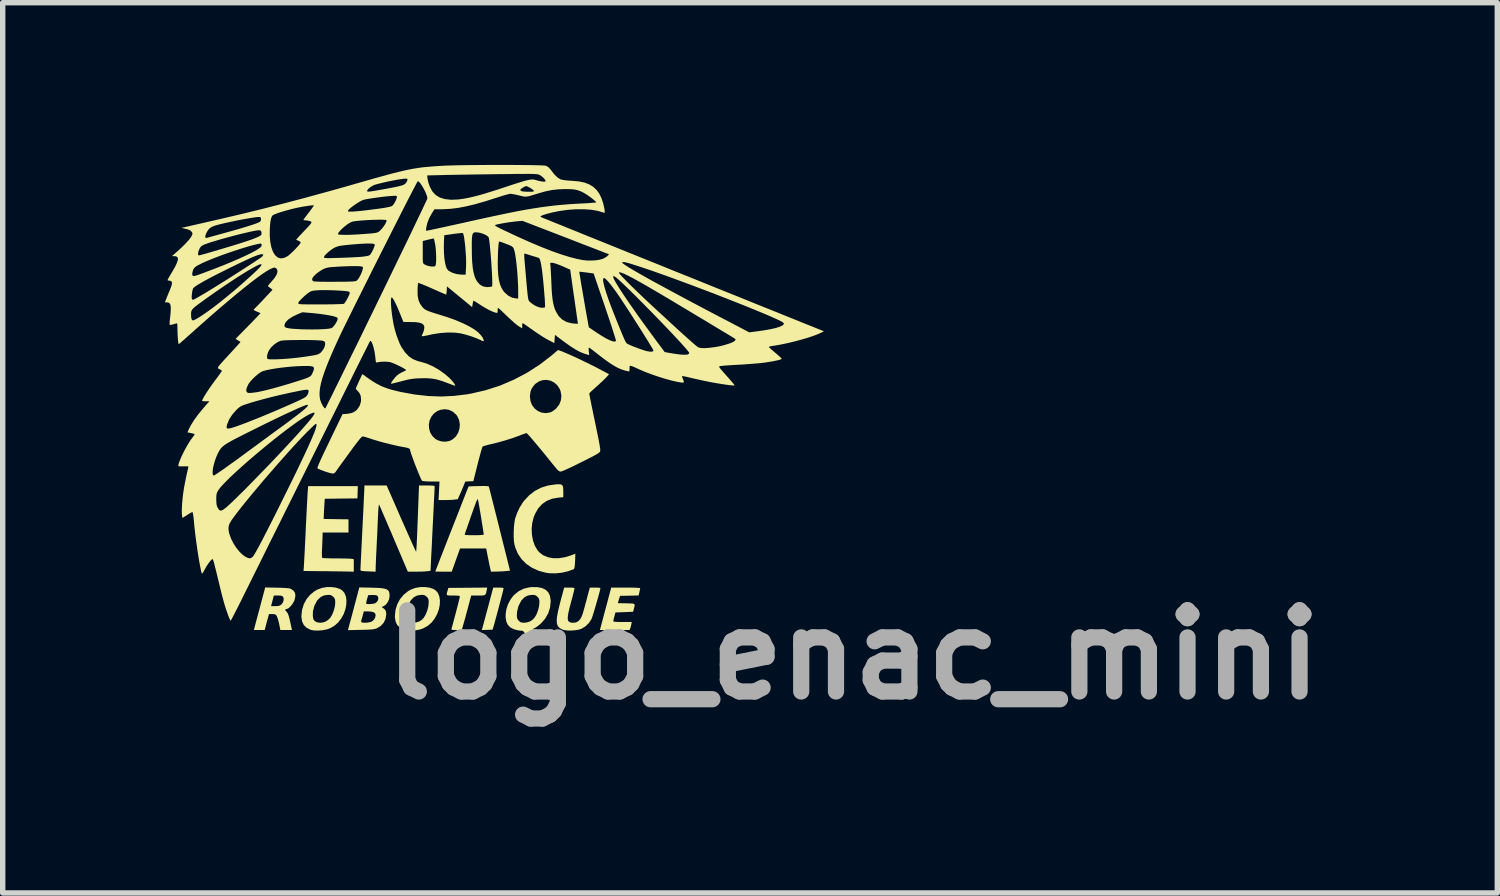
<source format=kicad_pcb>
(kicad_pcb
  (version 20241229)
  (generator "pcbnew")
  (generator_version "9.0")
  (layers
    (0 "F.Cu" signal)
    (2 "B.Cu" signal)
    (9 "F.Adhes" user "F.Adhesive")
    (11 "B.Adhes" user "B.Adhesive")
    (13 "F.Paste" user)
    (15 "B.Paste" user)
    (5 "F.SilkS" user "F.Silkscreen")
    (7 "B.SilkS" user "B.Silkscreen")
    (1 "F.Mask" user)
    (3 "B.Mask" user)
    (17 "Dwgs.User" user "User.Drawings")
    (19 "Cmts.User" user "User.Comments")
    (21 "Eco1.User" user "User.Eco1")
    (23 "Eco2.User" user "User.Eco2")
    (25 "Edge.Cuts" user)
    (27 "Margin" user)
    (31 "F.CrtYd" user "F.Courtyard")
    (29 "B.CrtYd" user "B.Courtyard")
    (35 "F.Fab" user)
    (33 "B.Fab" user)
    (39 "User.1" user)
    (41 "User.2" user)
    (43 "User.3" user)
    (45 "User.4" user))
  (footprint "logo_enac_mini"
    (layer "F.Cu")
    (at 5.11 3.978)
    (property "Reference" "logo_enac_mini" (at 7.62 5.08 0) (layer "F.Fab") (effects (font (size 1.5 1.5) (thickness 0.3))))
    (attr board_only exclude_from_pos_files exclude_from_bom)
    (fp_poly (pts (xy 1.109 3.838) (xy 1.14 3.843) (xy 1.152 3.85) (xy 1.152 3.852) (xy 1.149 3.867) (xy 1.141 3.902) (xy 1.128 3.953) (xy 1.111 4.018) (xy 1.092 4.091) (xy 1.071 4.17) (xy 1.05 4.252) (xy 1.028 4.332) (xy 1.008 4.406) (xy 0.99 4.472) (xy 0.975 4.526) (xy 0.965 4.56) (xy 0.949 4.615) (xy 0.85 4.619) (xy 0.75 4.622) (xy 0.786 4.49) (xy 0.8 4.437) (xy 0.819 4.366) (xy 0.841 4.283) (xy 0.865 4.196) (xy 0.888 4.109) (xy 0.891 4.097) (xy 0.96 3.837) (xy 1.056 3.837)) (stroke (width 0) (type solid)) (fill yes) (layer "F.SilkS"))
    (fp_poly (pts (xy 0.84 3.881) (xy 0.832 3.925) (xy 0.822 3.955) (xy 0.807 3.972) (xy 0.782 3.981) (xy 0.742 3.984) (xy 0.682 3.984) (xy 0.681 3.984) (xy 0.553 3.984) (xy 0.539 4.036) (xy 0.514 4.131) (xy 0.489 4.226) (xy 0.464 4.317) (xy 0.442 4.4) (xy 0.422 4.47) (xy 0.407 4.522) (xy 0.402 4.539) (xy 0.378 4.622) (xy 0.28 4.622) (xy 0.231 4.621) (xy 0.203 4.619) (xy 0.19 4.614) (xy 0.188 4.604) (xy 0.189 4.6) (xy 0.199 4.562) (xy 0.214 4.509) (xy 0.231 4.444) (xy 0.25 4.373) (xy 0.27 4.298) (xy 0.289 4.224) (xy 0.307 4.155) (xy 0.322 4.094) (xy 0.334 4.046) (xy 0.341 4.014) (xy 0.343 4.003) (xy 0.34 3.994) (xy 0.326 3.989) (xy 0.299 3.986) (xy 0.254 3.984) (xy 0.221 3.984) (xy 0.163 3.984) (xy 0.125 3.981) (xy 0.106 3.974) (xy 0.1 3.958) (xy 0.105 3.931) (xy 0.115 3.898) (xy 0.131 3.843) (xy 0.49 3.84) (xy 0.849 3.837)) (stroke (width 0) (type solid)) (fill yes) (layer "F.SilkS"))
    (fp_poly (pts (xy 3.494 3.837) (xy 3.565 3.839) (xy 3.621 3.841) (xy 3.66 3.844) (xy 3.677 3.847) (xy 3.678 3.848) (xy 3.675 3.866) (xy 3.668 3.899) (xy 3.663 3.922) (xy 3.649 3.983) (xy 3.477 3.987) (xy 3.305 3.99) (xy 3.284 4.058) (xy 3.264 4.125) (xy 3.422 4.128) (xy 3.488 4.13) (xy 3.534 4.132) (xy 3.561 4.138) (xy 3.574 4.149) (xy 3.576 4.168) (xy 3.57 4.196) (xy 3.563 4.223) (xy 3.547 4.284) (xy 3.384 4.291) (xy 3.22 4.297) (xy 3.199 4.376) (xy 3.188 4.418) (xy 3.183 4.45) (xy 3.183 4.465) (xy 3.197 4.468) (xy 3.23 4.471) (xy 3.279 4.473) (xy 3.338 4.474) (xy 3.355 4.474) (xy 3.521 4.474) (xy 3.513 4.519) (xy 3.504 4.558) (xy 3.494 4.591) (xy 3.493 4.592) (xy 3.482 4.622) (xy 3.207 4.622) (xy 2.933 4.622) (xy 2.968 4.49) (xy 2.982 4.437) (xy 3.001 4.366) (xy 3.023 4.283) (xy 3.047 4.196) (xy 3.07 4.109) (xy 3.073 4.097) (xy 3.142 3.837) (xy 3.41 3.837)) (stroke (width 0) (type solid)) (fill yes) (layer "F.SilkS"))
    (fp_poly (pts (xy 2.214 1.93) (xy 2.238 1.945) (xy 2.251 1.975) (xy 2.255 2.023) (xy 2.256 2.065) (xy 2.256 2.166) (xy 2.165 2.174) (xy 2.05 2.194) (xy 1.949 2.234) (xy 1.863 2.294) (xy 1.791 2.374) (xy 1.734 2.474) (xy 1.708 2.538) (xy 1.682 2.642) (xy 1.671 2.75) (xy 1.676 2.859) (xy 1.695 2.964) (xy 1.728 3.059) (xy 1.774 3.14) (xy 1.81 3.183) (xy 1.882 3.238) (xy 1.969 3.275) (xy 2.067 3.294) (xy 2.175 3.294) (xy 2.291 3.275) (xy 2.412 3.237) (xy 2.42 3.234) (xy 2.479 3.211) (xy 2.474 3.347) (xy 2.47 3.414) (xy 2.465 3.458) (xy 2.458 3.485) (xy 2.451 3.495) (xy 2.431 3.504) (xy 2.395 3.517) (xy 2.35 3.533) (xy 2.336 3.537) (xy 2.229 3.562) (xy 2.113 3.574) (xy 1.998 3.572) (xy 1.931 3.562) (xy 1.796 3.525) (xy 1.676 3.47) (xy 1.572 3.399) (xy 1.485 3.312) (xy 1.416 3.211) (xy 1.368 3.096) (xy 1.354 3.045) (xy 1.344 2.985) (xy 1.339 2.908) (xy 1.339 2.821) (xy 1.342 2.733) (xy 1.35 2.65) (xy 1.361 2.58) (xy 1.367 2.556) (xy 1.401 2.459) (xy 1.447 2.36) (xy 1.502 2.271) (xy 1.53 2.233) (xy 1.626 2.13) (xy 1.731 2.049) (xy 1.847 1.989) (xy 1.976 1.949) (xy 2.115 1.929) (xy 2.174 1.926)) (stroke (width 0) (type solid)) (fill yes) (layer "F.SilkS"))
    (fp_poly (pts (xy -1.948 3.838) (xy -1.876 3.862) (xy -1.833 3.888) (xy -1.792 3.935) (xy -1.765 3.998) (xy -1.754 4.073) (xy -1.757 4.155) (xy -1.774 4.241) (xy -1.805 4.328) (xy -1.851 4.41) (xy -1.852 4.411) (xy -1.91 4.485) (xy -1.975 4.542) (xy -2.057 4.589) (xy -2.067 4.593) (xy -2.126 4.613) (xy -2.198 4.626) (xy -2.274 4.632) (xy -2.346 4.631) (xy -2.406 4.621) (xy -2.42 4.616) (xy -2.491 4.58) (xy -2.541 4.531) (xy -2.573 4.467) (xy -2.586 4.387) (xy -2.587 4.364) (xy -2.586 4.355) (xy -2.376 4.355) (xy -2.37 4.4) (xy -2.361 4.43) (xy -2.344 4.451) (xy -2.337 4.458) (xy -2.294 4.48) (xy -2.239 4.487) (xy -2.18 4.48) (xy -2.133 4.462) (xy -2.094 4.436) (xy -2.058 4.401) (xy -2.052 4.395) (xy -2.016 4.334) (xy -1.987 4.259) (xy -1.967 4.181) (xy -1.961 4.117) (xy -1.963 4.074) (xy -1.969 4.045) (xy -1.984 4.022) (xy -1.997 4.008) (xy -2.023 3.986) (xy -2.05 3.975) (xy -2.088 3.972) (xy -2.098 3.972) (xy -2.172 3.983) (xy -2.236 4.016) (xy -2.291 4.071) (xy -2.302 4.087) (xy -2.348 4.176) (xy -2.373 4.272) (xy -2.376 4.355) (xy -2.586 4.355) (xy -2.575 4.252) (xy -2.543 4.146) (xy -2.492 4.05) (xy -2.423 3.968) (xy -2.339 3.901) (xy -2.286 3.872) (xy -2.205 3.843) (xy -2.118 3.828) (xy -2.03 3.827)) (stroke (width 0) (type solid)) (fill yes) (layer "F.SilkS"))
    (fp_poly (pts (xy -1.547 2.075) (xy -1.551 2.188) (xy -1.853 2.191) (xy -2.155 2.195) (xy -2.162 2.308) (xy -2.166 2.369) (xy -2.169 2.432) (xy -2.172 2.484) (xy -2.172 2.495) (xy -2.175 2.568) (xy -1.945 2.572) (xy -1.716 2.575) (xy -1.716 2.697) (xy -1.716 2.819) (xy -1.955 2.819) (xy -2.194 2.819) (xy -2.196 2.89) (xy -2.197 2.93) (xy -2.199 2.987) (xy -2.202 3.053) (xy -2.205 3.12) (xy -2.208 3.195) (xy -2.207 3.249) (xy -2.204 3.28) (xy -2.201 3.288) (xy -2.185 3.291) (xy -2.149 3.293) (xy -2.096 3.295) (xy -2.03 3.297) (xy -1.956 3.297) (xy -1.941 3.297) (xy -1.864 3.298) (xy -1.792 3.299) (xy -1.731 3.301) (xy -1.685 3.303) (xy -1.658 3.305) (xy -1.656 3.305) (xy -1.618 3.313) (xy -1.618 3.428) (xy -1.618 3.543) (xy -1.75 3.54) (xy -1.799 3.539) (xy -1.867 3.538) (xy -1.95 3.537) (xy -2.043 3.536) (xy -2.139 3.534) (xy -2.215 3.534) (xy -2.548 3.53) (xy -2.542 3.466) (xy -2.541 3.441) (xy -2.538 3.395) (xy -2.535 3.329) (xy -2.53 3.246) (xy -2.525 3.15) (xy -2.52 3.042) (xy -2.514 2.925) (xy -2.508 2.802) (xy -2.507 2.77) (xy -2.501 2.645) (xy -2.495 2.525) (xy -2.489 2.411) (xy -2.484 2.309) (xy -2.479 2.219) (xy -2.475 2.145) (xy -2.472 2.089) (xy -2.47 2.055) (xy -2.469 2.05) (xy -2.462 1.961) (xy -2.003 1.961) (xy -1.544 1.961)) (stroke (width 0) (type solid)) (fill yes) (layer "F.SilkS"))
    (fp_poly (pts (xy -0.219 3.838) (xy -0.147 3.862) (xy -0.105 3.888) (xy -0.063 3.935) (xy -0.037 3.998) (xy -0.025 4.073) (xy -0.028 4.155) (xy -0.045 4.241) (xy -0.077 4.328) (xy -0.123 4.41) (xy -0.123 4.411) (xy -0.181 4.485) (xy -0.247 4.542) (xy -0.329 4.589) (xy -0.338 4.593) (xy -0.398 4.613) (xy -0.469 4.626) (xy -0.545 4.632) (xy -0.617 4.631) (xy -0.678 4.621) (xy -0.692 4.616) (xy -0.762 4.58) (xy -0.813 4.531) (xy -0.844 4.467) (xy -0.858 4.387) (xy -0.858 4.364) (xy -0.856 4.343) (xy -0.65 4.343) (xy -0.648 4.386) (xy -0.641 4.415) (xy -0.626 4.438) (xy -0.614 4.451) (xy -0.587 4.473) (xy -0.559 4.484) (xy -0.518 4.487) (xy -0.515 4.487) (xy -0.453 4.479) (xy -0.405 4.462) (xy -0.365 4.436) (xy -0.329 4.401) (xy -0.324 4.395) (xy -0.288 4.334) (xy -0.258 4.259) (xy -0.239 4.181) (xy -0.233 4.117) (xy -0.234 4.074) (xy -0.241 4.045) (xy -0.255 4.022) (xy -0.269 4.008) (xy -0.295 3.986) (xy -0.321 3.975) (xy -0.36 3.972) (xy -0.37 3.972) (xy -0.444 3.983) (xy -0.508 4.016) (xy -0.562 4.071) (xy -0.573 4.087) (xy -0.62 4.179) (xy -0.646 4.28) (xy -0.65 4.343) (xy -0.856 4.343) (xy -0.847 4.252) (xy -0.815 4.146) (xy -0.763 4.05) (xy -0.694 3.968) (xy -0.611 3.901) (xy -0.557 3.872) (xy -0.477 3.843) (xy -0.39 3.828) (xy -0.302 3.827)) (stroke (width 0) (type solid)) (fill yes) (layer "F.SilkS"))
    (fp_poly (pts (xy 2.421 3.838) (xy 2.452 3.843) (xy 2.464 3.85) (xy 2.464 3.852) (xy 2.461 3.868) (xy 2.452 3.904) (xy 2.439 3.956) (xy 2.423 4.02) (xy 2.403 4.092) (xy 2.401 4.101) (xy 2.373 4.206) (xy 2.353 4.291) (xy 2.341 4.357) (xy 2.338 4.407) (xy 2.343 4.442) (xy 2.357 4.466) (xy 2.38 4.479) (xy 2.412 4.486) (xy 2.441 4.487) (xy 2.485 4.483) (xy 2.518 4.469) (xy 2.542 4.449) (xy 2.561 4.431) (xy 2.577 4.408) (xy 2.593 4.378) (xy 2.609 4.337) (xy 2.626 4.282) (xy 2.647 4.21) (xy 2.671 4.117) (xy 2.673 4.113) (xy 2.69 4.049) (xy 2.706 3.987) (xy 2.72 3.934) (xy 2.729 3.901) (xy 2.748 3.837) (xy 2.845 3.837) (xy 2.89 3.838) (xy 2.924 3.841) (xy 2.941 3.845) (xy 2.942 3.846) (xy 2.939 3.867) (xy 2.929 3.907) (xy 2.915 3.962) (xy 2.897 4.027) (xy 2.876 4.099) (xy 2.855 4.173) (xy 2.834 4.244) (xy 2.814 4.31) (xy 2.797 4.364) (xy 2.783 4.404) (xy 2.776 4.421) (xy 2.729 4.493) (xy 2.664 4.555) (xy 2.588 4.601) (xy 2.588 4.601) (xy 2.539 4.616) (xy 2.476 4.626) (xy 2.406 4.631) (xy 2.338 4.631) (xy 2.28 4.624) (xy 2.252 4.617) (xy 2.209 4.597) (xy 2.175 4.573) (xy 2.152 4.542) (xy 2.138 4.502) (xy 2.134 4.45) (xy 2.139 4.384) (xy 2.153 4.302) (xy 2.176 4.201) (xy 2.202 4.098) (xy 2.272 3.837) (xy 2.368 3.837)) (stroke (width 0) (type solid)) (fill yes) (layer "F.SilkS"))
    (fp_poly (pts (xy -3.035 3.839) (xy -2.951 3.841) (xy -2.888 3.844) (xy -2.843 3.848) (xy -2.81 3.852) (xy -2.787 3.859) (xy -2.774 3.865) (xy -2.729 3.898) (xy -2.704 3.939) (xy -2.698 3.992) (xy -2.711 4.057) (xy -2.717 4.076) (xy -2.735 4.112) (xy -2.761 4.152) (xy -2.792 4.188) (xy -2.822 4.216) (xy -2.845 4.229) (xy -2.849 4.229) (xy -2.871 4.236) (xy -2.879 4.24) (xy -2.886 4.251) (xy -2.877 4.268) (xy -2.864 4.281) (xy -2.85 4.297) (xy -2.838 4.316) (xy -2.828 4.342) (xy -2.816 4.379) (xy -2.803 4.432) (xy -2.787 4.504) (xy -2.785 4.514) (xy -2.761 4.622) (xy -2.868 4.622) (xy -2.976 4.622) (xy -2.998 4.51) (xy -3.011 4.456) (xy -3.025 4.408) (xy -3.038 4.372) (xy -3.042 4.363) (xy -3.059 4.341) (xy -3.079 4.331) (xy -3.111 4.327) (xy -3.125 4.327) (xy -3.186 4.327) (xy -3.204 4.392) (xy -3.217 4.439) (xy -3.233 4.496) (xy -3.244 4.539) (xy -3.266 4.622) (xy -3.366 4.622) (xy -3.466 4.622) (xy -3.431 4.49) (xy -3.417 4.437) (xy -3.398 4.366) (xy -3.376 4.284) (xy -3.352 4.196) (xy -3.348 4.18) (xy -3.148 4.18) (xy -3.071 4.18) (xy -3.021 4.178) (xy -2.986 4.169) (xy -2.963 4.155) (xy -2.933 4.12) (xy -2.916 4.078) (xy -2.915 4.036) (xy -2.924 4.012) (xy -2.938 3.996) (xy -2.957 3.988) (xy -2.989 3.985) (xy -3.02 3.984) (xy -3.096 3.984) (xy -3.122 4.082) (xy -3.148 4.18) (xy -3.348 4.18) (xy -3.329 4.109) (xy -3.326 4.096) (xy -3.256 3.835)) (stroke (width 0) (type solid)) (fill yes) (layer "F.SilkS"))
    (fp_poly (pts (xy -1.288 3.839) (xy -1.189 3.842) (xy -1.111 3.847) (xy -1.053 3.856) (xy -1.011 3.869) (xy -0.983 3.888) (xy -0.966 3.914) (xy -0.958 3.948) (xy -0.956 3.992) (xy -0.956 3.993) (xy -0.965 4.051) (xy -0.99 4.106) (xy -1.025 4.152) (xy -1.065 4.18) (xy -1.104 4.196) (xy -1.076 4.215) (xy -1.042 4.244) (xy -1.024 4.275) (xy -1.018 4.32) (xy -1.018 4.333) (xy -1.03 4.413) (xy -1.063 4.484) (xy -1.116 4.543) (xy -1.187 4.588) (xy -1.189 4.589) (xy -1.211 4.597) (xy -1.236 4.604) (xy -1.268 4.609) (xy -1.31 4.613) (xy -1.367 4.616) (xy -1.443 4.618) (xy -1.485 4.619) (xy -1.726 4.624) (xy -1.691 4.491) (xy -1.681 4.454) (xy -1.482 4.454) (xy -1.48 4.474) (xy -1.463 4.484) (xy -1.426 4.487) (xy -1.409 4.487) (xy -1.361 4.484) (xy -1.316 4.476) (xy -1.294 4.469) (xy -1.253 4.44) (xy -1.224 4.396) (xy -1.214 4.347) (xy -1.223 4.314) (xy -1.252 4.292) (xy -1.301 4.281) (xy -1.351 4.278) (xy -1.433 4.278) (xy -1.447 4.33) (xy -1.458 4.373) (xy -1.469 4.411) (xy -1.472 4.418) (xy -1.482 4.454) (xy -1.681 4.454) (xy -1.676 4.437) (xy -1.657 4.366) (xy -1.635 4.284) (xy -1.612 4.196) (xy -1.593 4.124) (xy -1.388 4.124) (xy -1.387 4.138) (xy -1.372 4.141) (xy -1.339 4.142) (xy -1.303 4.141) (xy -1.253 4.135) (xy -1.22 4.125) (xy -1.196 4.107) (xy -1.172 4.074) (xy -1.164 4.037) (xy -1.171 4.004) (xy -1.189 3.984) (xy -1.215 3.977) (xy -1.255 3.974) (xy -1.283 3.974) (xy -1.352 3.978) (xy -1.374 4.054) (xy -1.384 4.094) (xy -1.388 4.124) (xy -1.593 4.124) (xy -1.588 4.108) (xy -1.585 4.096) (xy -1.516 3.834)) (stroke (width 0) (type solid)) (fill yes) (layer "F.SilkS"))
    (fp_poly (pts (xy 1.777 3.829) (xy 1.863 3.845) (xy 1.93 3.878) (xy 1.979 3.926) (xy 2.01 3.991) (xy 2.022 4.073) (xy 2.023 4.092) (xy 2.011 4.207) (xy 1.976 4.316) (xy 1.919 4.414) (xy 1.848 4.495) (xy 1.808 4.53) (xy 1.769 4.56) (xy 1.74 4.579) (xy 1.712 4.593) (xy 1.695 4.603) (xy 1.693 4.604) (xy 1.697 4.616) (xy 1.712 4.642) (xy 1.734 4.679) (xy 1.739 4.688) (xy 1.763 4.727) (xy 1.781 4.757) (xy 1.789 4.773) (xy 1.79 4.774) (xy 1.779 4.778) (xy 1.749 4.78) (xy 1.707 4.781) (xy 1.699 4.781) (xy 1.607 4.781) (xy 1.562 4.707) (xy 1.537 4.669) (xy 1.519 4.647) (xy 1.501 4.636) (xy 1.478 4.634) (xy 1.471 4.634) (xy 1.407 4.626) (xy 1.34 4.606) (xy 1.282 4.577) (xy 1.274 4.572) (xy 1.231 4.527) (xy 1.203 4.467) (xy 1.19 4.395) (xy 1.19 4.343) (xy 1.397 4.343) (xy 1.399 4.386) (xy 1.406 4.415) (xy 1.421 4.438) (xy 1.433 4.451) (xy 1.46 4.473) (xy 1.488 4.484) (xy 1.529 4.487) (xy 1.532 4.487) (xy 1.594 4.479) (xy 1.642 4.462) (xy 1.682 4.436) (xy 1.718 4.401) (xy 1.723 4.395) (xy 1.76 4.334) (xy 1.789 4.259) (xy 1.808 4.181) (xy 1.814 4.117) (xy 1.813 4.074) (xy 1.806 4.045) (xy 1.792 4.022) (xy 1.778 4.008) (xy 1.753 3.986) (xy 1.726 3.975) (xy 1.687 3.972) (xy 1.677 3.972) (xy 1.603 3.983) (xy 1.539 4.016) (xy 1.485 4.071) (xy 1.474 4.087) (xy 1.427 4.179) (xy 1.402 4.28) (xy 1.397 4.343) (xy 1.19 4.343) (xy 1.191 4.316) (xy 1.205 4.232) (xy 1.232 4.149) (xy 1.273 4.069) (xy 1.325 3.996) (xy 1.35 3.97) (xy 1.434 3.902) (xy 1.529 3.856) (xy 1.636 3.831) (xy 1.673 3.828)) (stroke (width 0) (type solid)) (fill yes) (layer "F.SilkS"))
    (fp_poly (pts (xy 0.816 1.959) (xy 0.85 1.961) (xy 0.87 1.965) (xy 0.879 1.971) (xy 0.881 1.974) (xy 0.885 1.989) (xy 0.894 2.025) (xy 0.909 2.082) (xy 0.927 2.155) (xy 0.95 2.245) (xy 0.976 2.348) (xy 1.005 2.462) (xy 1.036 2.586) (xy 1.069 2.717) (xy 1.079 2.758) (xy 1.271 3.524) (xy 1.196 3.532) (xy 1.146 3.536) (xy 1.084 3.539) (xy 1.023 3.541) (xy 1.021 3.541) (xy 0.92 3.543) (xy 0.908 3.497) (xy 0.902 3.468) (xy 0.891 3.421) (xy 0.879 3.362) (xy 0.866 3.296) (xy 0.863 3.282) (xy 0.83 3.114) (xy 0.588 3.114) (xy 0.347 3.114) (xy 0.27 3.328) (xy 0.193 3.543) (xy 0.042 3.543) (xy -0.016 3.542) (xy -0.064 3.542) (xy -0.097 3.541) (xy -0.11 3.539) (xy -0.11 3.539) (xy -0.106 3.527) (xy -0.094 3.495) (xy -0.074 3.444) (xy -0.048 3.377) (xy -0.017 3.296) (xy 0.019 3.204) (xy 0.059 3.102) (xy 0.101 2.994) (xy 0.145 2.881) (xy 0.157 2.851) (xy 0.433 2.851) (xy 0.434 2.858) (xy 0.445 2.863) (xy 0.47 2.866) (xy 0.512 2.868) (xy 0.573 2.868) (xy 0.605 2.869) (xy 0.681 2.868) (xy 0.738 2.865) (xy 0.773 2.861) (xy 0.785 2.856) (xy 0.785 2.856) (xy 0.783 2.837) (xy 0.777 2.799) (xy 0.769 2.744) (xy 0.758 2.678) (xy 0.746 2.604) (xy 0.734 2.526) (xy 0.721 2.448) (xy 0.708 2.374) (xy 0.697 2.309) (xy 0.687 2.256) (xy 0.68 2.219) (xy 0.676 2.202) (xy 0.676 2.202) (xy 0.671 2.202) (xy 0.661 2.219) (xy 0.645 2.253) (xy 0.624 2.308) (xy 0.597 2.382) (xy 0.563 2.479) (xy 0.553 2.506) (xy 0.524 2.592) (xy 0.496 2.67) (xy 0.473 2.738) (xy 0.453 2.793) (xy 0.44 2.832) (xy 0.433 2.85) (xy 0.433 2.851) (xy 0.157 2.851) (xy 0.191 2.765) (xy 0.236 2.649) (xy 0.281 2.535) (xy 0.324 2.426) (xy 0.364 2.323) (xy 0.401 2.228) (xy 0.434 2.145) (xy 0.461 2.075) (xy 0.483 2.021) (xy 0.498 1.985) (xy 0.504 1.968) (xy 0.505 1.968) (xy 0.518 1.966) (xy 0.551 1.964) (xy 0.6 1.962) (xy 0.66 1.961) (xy 0.692 1.96) (xy 0.764 1.959)) (stroke (width 0) (type solid)) (fill yes) (layer "F.SilkS"))
    (fp_poly (pts (xy -0.742 2.562) (xy -0.691 2.677) (xy -0.643 2.785) (xy -0.599 2.884) (xy -0.56 2.972) (xy -0.526 3.047) (xy -0.499 3.106) (xy -0.479 3.148) (xy -0.468 3.171) (xy -0.465 3.175) (xy -0.463 3.163) (xy -0.461 3.129) (xy -0.457 3.075) (xy -0.454 3.004) (xy -0.449 2.917) (xy -0.445 2.817) (xy -0.441 2.707) (xy -0.436 2.589) (xy -0.435 2.562) (xy -0.412 1.949) (xy -0.267 1.949) (xy -0.204 1.95) (xy -0.161 1.952) (xy -0.136 1.955) (xy -0.124 1.961) (xy -0.123 1.967) (xy -0.123 1.983) (xy -0.125 2.02) (xy -0.127 2.076) (xy -0.131 2.147) (xy -0.135 2.229) (xy -0.139 2.32) (xy -0.141 2.35) (xy -0.146 2.458) (xy -0.152 2.573) (xy -0.158 2.688) (xy -0.163 2.797) (xy -0.168 2.893) (xy -0.171 2.96) (xy -0.175 3.05) (xy -0.18 3.143) (xy -0.185 3.234) (xy -0.189 3.315) (xy -0.191 3.367) (xy -0.199 3.527) (xy -0.262 3.535) (xy -0.3 3.538) (xy -0.355 3.541) (xy -0.418 3.542) (xy -0.472 3.543) (xy -0.619 3.543) (xy -0.881 2.927) (xy -0.93 2.811) (xy -0.977 2.702) (xy -1.02 2.601) (xy -1.059 2.512) (xy -1.092 2.435) (xy -1.118 2.374) (xy -1.138 2.33) (xy -1.149 2.305) (xy -1.152 2.301) (xy -1.155 2.309) (xy -1.159 2.338) (xy -1.163 2.384) (xy -1.167 2.444) (xy -1.17 2.503) (xy -1.173 2.574) (xy -1.177 2.664) (xy -1.181 2.766) (xy -1.186 2.875) (xy -1.192 2.984) (xy -1.196 3.071) (xy -1.2 3.165) (xy -1.205 3.254) (xy -1.208 3.334) (xy -1.211 3.401) (xy -1.213 3.451) (xy -1.213 3.482) (xy -1.214 3.485) (xy -1.214 3.543) (xy -1.284 3.54) (xy -1.34 3.538) (xy -1.401 3.535) (xy -1.425 3.534) (xy -1.466 3.53) (xy -1.488 3.523) (xy -1.495 3.512) (xy -1.495 3.508) (xy -1.495 3.493) (xy -1.493 3.455) (xy -1.49 3.397) (xy -1.487 3.321) (xy -1.482 3.229) (xy -1.477 3.124) (xy -1.471 3.007) (xy -1.465 2.882) (xy -1.459 2.752) (xy -1.452 2.619) (xy -1.446 2.493) (xy -1.44 2.375) (xy -1.435 2.269) (xy -1.431 2.176) (xy -1.427 2.099) (xy -1.424 2.039) (xy -1.423 2) (xy -1.422 1.983) (xy -1.422 1.949) (xy -1.216 1.949) (xy -1.01 1.949)) (stroke (width 0) (type solid)) (fill yes) (layer "F.SilkS"))
    (fp_poly (pts (xy 2.204 -0.54) (xy 2.265 -0.516) (xy 2.344 -0.483) (xy 2.436 -0.442) (xy 2.537 -0.395) (xy 2.645 -0.343) (xy 2.754 -0.29) (xy 2.861 -0.236) (xy 2.962 -0.183) (xy 2.988 -0.169) (xy 3.102 -0.108) (xy 3.062 -0.062) (xy 3.038 -0.037) (xy 3.001 -0.000073) (xy 2.954 0.044) (xy 2.902 0.092) (xy 2.881 0.111) (xy 2.832 0.155) (xy 2.79 0.193) (xy 2.758 0.223) (xy 2.74 0.241) (xy 2.737 0.245) (xy 2.738 0.259) (xy 2.744 0.293) (xy 2.753 0.343) (xy 2.766 0.406) (xy 2.78 0.478) (xy 2.782 0.485) (xy 2.815 0.645) (xy 2.844 0.783) (xy 2.868 0.9) (xy 2.888 0.999) (xy 2.905 1.08) (xy 2.917 1.146) (xy 2.927 1.199) (xy 2.933 1.239) (xy 2.938 1.27) (xy 2.939 1.291) (xy 2.939 1.306) (xy 2.938 1.315) (xy 2.934 1.325) (xy 2.924 1.337) (xy 2.907 1.35) (xy 2.88 1.368) (xy 2.841 1.39) (xy 2.788 1.418) (xy 2.719 1.453) (xy 2.631 1.498) (xy 2.586 1.52) (xy 2.484 1.571) (xy 2.396 1.613) (xy 2.321 1.648) (xy 2.264 1.673) (xy 2.225 1.688) (xy 2.207 1.692) (xy 2.19 1.689) (xy 2.173 1.681) (xy 2.151 1.662) (xy 2.123 1.631) (xy 2.085 1.584) (xy 2.069 1.565) (xy 1.994 1.472) (xy 1.921 1.381) (xy 1.85 1.295) (xy 1.784 1.216) (xy 1.725 1.145) (xy 1.673 1.084) (xy 1.63 1.035) (xy 1.599 1.001) (xy 1.581 0.983) (xy 1.577 0.981) (xy 1.56 0.985) (xy 1.526 0.996) (xy 1.48 1.013) (xy 1.437 1.03) (xy 1.323 1.071) (xy 1.194 1.112) (xy 1.058 1.151) (xy 0.924 1.184) (xy 0.901 1.189) (xy 0.848 1.202) (xy 0.804 1.215) (xy 0.773 1.225) (xy 0.764 1.231) (xy 0.757 1.246) (xy 0.746 1.281) (xy 0.73 1.334) (xy 0.712 1.401) (xy 0.691 1.479) (xy 0.671 1.557) (xy 0.593 1.869) (xy 0.518 1.873) (xy 0.443 1.877) (xy 0.411 1.959) (xy 0.387 2.016) (xy 0.36 2.08) (xy 0.341 2.122) (xy 0.304 2.203) (xy 0.241 2.211) (xy 0.199 2.215) (xy 0.143 2.217) (xy 0.082 2.219) (xy 0.063 2.219) (xy -0.051 2.219) (xy -0.042 2.047) (xy -0.033 1.876) (xy -0.186 1.876) (xy -0.264 1.874) (xy -0.319 1.87) (xy -0.351 1.864) (xy -0.358 1.86) (xy -0.367 1.845) (xy -0.383 1.811) (xy -0.404 1.762) (xy -0.429 1.702) (xy -0.456 1.634) (xy -0.484 1.564) (xy -0.51 1.494) (xy -0.534 1.429) (xy -0.554 1.372) (xy -0.568 1.329) (xy -0.576 1.302) (xy -0.576 1.298) (xy -0.581 1.278) (xy -0.598 1.264) (xy -0.631 1.252) (xy -0.684 1.241) (xy -0.699 1.239) (xy -0.769 1.226) (xy -0.856 1.207) (xy -0.953 1.184) (xy -1.053 1.159) (xy -1.149 1.133) (xy -1.236 1.107) (xy -1.305 1.085) (xy -1.305 1.085) (xy -1.358 1.067) (xy -1.405 1.053) (xy -1.439 1.044) (xy -1.452 1.042) (xy -1.464 1.047) (xy -1.482 1.062) (xy -1.507 1.09) (xy -1.541 1.132) (xy -1.586 1.19) (xy -1.642 1.265) (xy -1.687 1.327) (xy -1.743 1.404) (xy -1.796 1.477) (xy -1.844 1.543) (xy -1.885 1.599) (xy -1.916 1.643) (xy -1.935 1.67) (xy -1.936 1.672) (xy -1.96 1.705) (xy -1.978 1.722) (xy -1.997 1.728) (xy -2.025 1.726) (xy -2.027 1.725) (xy -2.06 1.718) (xy -2.108 1.704) (xy -2.162 1.686) (xy -2.215 1.666) (xy -2.261 1.647) (xy -2.289 1.633) (xy -2.29 1.624) (xy -2.284 1.602) (xy -2.271 1.567) (xy -2.249 1.516) (xy -2.219 1.449) (xy -2.179 1.363) (xy -2.129 1.259) (xy -2.069 1.134) (xy -2.066 1.127) (xy -1.918 0.82) (xy -0.23 0.82) (xy -0.226 0.895) (xy -0.206 0.966) (xy -0.169 1.03) (xy -0.116 1.083) (xy -0.07 1.111) (xy 0.005 1.135) (xy 0.082 1.139) (xy 0.155 1.125) (xy 0.211 1.096) (xy 0.271 1.041) (xy 0.313 0.972) (xy 0.337 0.896) (xy 0.343 0.817) (xy 0.329 0.739) (xy 0.296 0.667) (xy 0.274 0.639) (xy 0.212 0.584) (xy 0.141 0.55) (xy 0.064 0.539) (xy -0.016 0.55) (xy -0.074 0.573) (xy -0.138 0.619) (xy -0.185 0.679) (xy -0.216 0.747) (xy -0.23 0.82) (xy -1.918 0.82) (xy -1.827 0.631) (xy -1.744 0.624) (xy -1.671 0.613) (xy -1.614 0.591) (xy -1.568 0.556) (xy -1.55 0.537) (xy -1.508 0.473) (xy -1.487 0.405) (xy -1.483 0.355) (xy -1.489 0.308) (xy 1.639 0.308) (xy 1.65 0.392) (xy 1.68 0.466) (xy 1.727 0.527) (xy 1.787 0.573) (xy 1.857 0.602) (xy 1.935 0.611) (xy 2.015 0.598) (xy 2.061 0.575) (xy 2.113 0.535) (xy 2.127 0.521) (xy 2.181 0.452) (xy 2.212 0.374) (xy 2.221 0.291) (xy 2.206 0.206) (xy 2.19 0.165) (xy 2.146 0.097) (xy 2.089 0.046) (xy 2.022 0.012) (xy 1.949 -0.003) (xy 1.876 0.001) (xy 1.805 0.025) (xy 1.74 0.069) (xy 1.718 0.092) (xy 1.674 0.152) (xy 1.649 0.214) (xy 1.64 0.288) (xy 1.639 0.308) (xy -1.489 0.308) (xy -1.491 0.288) (xy -1.517 0.234) (xy -1.55 0.197) (xy -1.571 0.175) (xy -1.581 0.16) (xy -1.581 0.158) (xy -1.576 0.145) (xy -1.563 0.113) (xy -1.543 0.069) (xy -1.521 0.019) (xy -1.46 -0.111) (xy -1.358 -0.038) (xy -1.268 0.023) (xy -1.185 0.073) (xy -1.103 0.114) (xy -1.016 0.148) (xy -0.918 0.179) (xy -0.805 0.207) (xy -0.75 0.22) (xy -0.491 0.267) (xy -0.242 0.295) (xy 0.000457 0.304) (xy 0.241 0.292) (xy 0.484 0.262) (xy 0.547 0.251) (xy 0.819 0.188) (xy 1.084 0.103) (xy 1.34 -0.006) (xy 1.587 -0.136) (xy 1.824 -0.289) (xy 2.049 -0.462) (xy 2.057 -0.47) (xy 2.159 -0.556)) (stroke (width 0) (type solid)) (fill yes) (layer "F.SilkS"))
    (fp_poly (pts (xy 1.297 -3.978) (xy 1.423 -3.977) (xy 1.541 -3.976) (xy 1.648 -3.975) (xy 1.742 -3.973) (xy 1.821 -3.971) (xy 1.881 -3.968) (xy 1.922 -3.965) (xy 1.938 -3.962) (xy 1.983 -3.935) (xy 2.024 -3.889) (xy 2.087 -3.807) (xy 2.146 -3.749) (xy 2.198 -3.715) (xy 2.211 -3.71) (xy 2.245 -3.702) (xy 2.297 -3.694) (xy 2.36 -3.688) (xy 2.415 -3.685) (xy 2.54 -3.674) (xy 2.646 -3.653) (xy 2.735 -3.619) (xy 2.81 -3.573) (xy 2.875 -3.512) (xy 2.878 -3.508) (xy 2.923 -3.443) (xy 2.963 -3.361) (xy 2.994 -3.268) (xy 3.016 -3.17) (xy 3.02 -3.14) (xy 3.022 -3.108) (xy 3.019 -3.094) (xy 3.008 -3.095) (xy 3.005 -3.095) (xy 2.901 -3.127) (xy 2.778 -3.149) (xy 2.641 -3.159) (xy 2.493 -3.159) (xy 2.34 -3.148) (xy 2.183 -3.126) (xy 2.038 -3.096) (xy 1.951 -3.073) (xy 1.888 -3.054) (xy 1.849 -3.037) (xy 1.834 -3.024) (xy 1.839 -3.016) (xy 1.852 -3.011) (xy 1.886 -2.996) (xy 1.942 -2.974) (xy 2.017 -2.943) (xy 2.11 -2.905) (xy 2.221 -2.861) (xy 2.348 -2.809) (xy 2.49 -2.752) (xy 2.646 -2.688) (xy 2.816 -2.62) (xy 2.997 -2.547) (xy 3.19 -2.469) (xy 3.392 -2.387) (xy 3.603 -2.302) (xy 3.822 -2.214) (xy 4.048 -2.123) (xy 4.205 -2.059) (xy 4.438 -1.965) (xy 4.668 -1.873) (xy 4.892 -1.782) (xy 5.111 -1.694) (xy 5.322 -1.609) (xy 5.524 -1.528) (xy 5.716 -1.45) (xy 5.897 -1.377) (xy 6.066 -1.309) (xy 6.221 -1.247) (xy 6.361 -1.19) (xy 6.486 -1.14) (xy 6.593 -1.097) (xy 6.681 -1.061) (xy 6.75 -1.033) (xy 6.798 -1.014) (xy 6.814 -1.008) (xy 7.075 -0.902) (xy 7.021 -0.875) (xy 6.952 -0.844) (xy 6.863 -0.811) (xy 6.759 -0.777) (xy 6.644 -0.744) (xy 6.524 -0.712) (xy 6.402 -0.683) (xy 6.283 -0.658) (xy 6.172 -0.638) (xy 6.12 -0.631) (xy 6.084 -0.624) (xy 6.061 -0.617) (xy 6.056 -0.613) (xy 6.065 -0.602) (xy 6.089 -0.579) (xy 6.126 -0.547) (xy 6.17 -0.509) (xy 6.178 -0.503) (xy 6.223 -0.464) (xy 6.26 -0.431) (xy 6.285 -0.406) (xy 6.295 -0.393) (xy 6.295 -0.392) (xy 6.278 -0.383) (xy 6.242 -0.371) (xy 6.189 -0.359) (xy 6.124 -0.346) (xy 6.052 -0.334) (xy 5.976 -0.323) (xy 5.903 -0.314) (xy 5.835 -0.308) (xy 5.751 -0.301) (xy 5.657 -0.294) (xy 5.559 -0.287) (xy 5.466 -0.282) (xy 5.461 -0.282) (xy 5.38 -0.277) (xy 5.306 -0.272) (xy 5.242 -0.268) (xy 5.193 -0.263) (xy 5.162 -0.26) (xy 5.157 -0.259) (xy 5.145 -0.256) (xy 5.139 -0.251) (xy 5.14 -0.241) (xy 5.149 -0.225) (xy 5.17 -0.199) (xy 5.202 -0.162) (xy 5.248 -0.11) (xy 5.275 -0.079) (xy 5.323 -0.025) (xy 5.364 0.022) (xy 5.396 0.06) (xy 5.417 0.086) (xy 5.424 0.097) (xy 5.424 0.097) (xy 5.407 0.1) (xy 5.369 0.098) (xy 5.314 0.092) (xy 5.245 0.082) (xy 5.164 0.07) (xy 5.075 0.055) (xy 4.981 0.038) (xy 4.885 0.019) (xy 4.791 -0.001) (xy 4.702 -0.021) (xy 4.658 -0.031) (xy 4.578 -0.05) (xy 4.52 -0.063) (xy 4.481 -0.071) (xy 4.458 -0.073) (xy 4.45 -0.071) (xy 4.45 -0.071) (xy 4.454 -0.056) (xy 4.465 -0.029) (xy 4.468 -0.02) (xy 4.483 0.019) (xy 4.484 0.04) (xy 4.47 0.048) (xy 4.437 0.045) (xy 4.429 0.044) (xy 4.345 0.029) (xy 4.244 0.005) (xy 4.132 -0.026) (xy 4.013 -0.063) (xy 3.894 -0.104) (xy 3.78 -0.147) (xy 3.675 -0.191) (xy 3.659 -0.198) (xy 3.592 -0.229) (xy 3.545 -0.25) (xy 3.513 -0.261) (xy 3.494 -0.265) (xy 3.485 -0.259) (xy 3.482 -0.246) (xy 3.481 -0.224) (xy 3.481 -0.216) (xy 3.48 -0.183) (xy 3.475 -0.162) (xy 3.472 -0.159) (xy 3.456 -0.162) (xy 3.423 -0.17) (xy 3.39 -0.178) (xy 3.329 -0.198) (xy 3.264 -0.226) (xy 3.193 -0.265) (xy 3.113 -0.316) (xy 3.023 -0.38) (xy 2.919 -0.459) (xy 2.82 -0.537) (xy 2.782 -0.566) (xy 2.751 -0.589) (xy 2.732 -0.6) (xy 2.73 -0.601) (xy 2.725 -0.59) (xy 2.725 -0.56) (xy 2.727 -0.532) (xy 2.736 -0.463) (xy 2.701 -0.471) (xy 2.631 -0.493) (xy 2.558 -0.524) (xy 2.479 -0.567) (xy 2.391 -0.623) (xy 2.291 -0.694) (xy 2.246 -0.727) (xy 2.102 -0.836) (xy 2.096 -0.76) (xy 2.09 -0.684) (xy 1.98 -0.741) (xy 1.931 -0.768) (xy 1.87 -0.805) (xy 1.801 -0.85) (xy 1.731 -0.897) (xy 1.692 -0.925) (xy 1.634 -0.966) (xy 1.583 -1.002) (xy 1.542 -1.03) (xy 1.515 -1.048) (xy 1.505 -1.054) (xy 1.499 -1.043) (xy 1.496 -1.016) (xy 1.496 -1.005) (xy 1.496 -0.956) (xy 1.431 -0.996) (xy 1.401 -1.018) (xy 1.357 -1.053) (xy 1.306 -1.099) (xy 1.25 -1.15) (xy 1.212 -1.186) (xy 1.162 -1.234) (xy 1.117 -1.277) (xy 1.082 -1.309) (xy 1.058 -1.33) (xy 1.05 -1.336) (xy 1.045 -1.325) (xy 1.042 -1.298) (xy 1.042 -1.287) (xy 1.041 -1.256) (xy 1.034 -1.243) (xy 1.017 -1.243) (xy 1.008 -1.245) (xy 0.955 -1.263) (xy 0.888 -1.293) (xy 0.812 -1.335) (xy 0.732 -1.384) (xy 0.712 -1.397) (xy 0.666 -1.427) (xy 0.628 -1.451) (xy 0.603 -1.465) (xy 0.594 -1.469) (xy 0.59 -1.455) (xy 0.583 -1.426) (xy 0.58 -1.407) (xy 0.57 -1.349) (xy 0.337 -1.541) (xy 0.104 -1.732) (xy 0.101 -1.657) (xy 0.097 -1.617) (xy 0.093 -1.59) (xy 0.088 -1.581) (xy 0.075 -1.586) (xy 0.043 -1.6) (xy -0.005 -1.62) (xy -0.066 -1.647) (xy -0.135 -1.677) (xy -0.17 -1.693) (xy -0.242 -1.725) (xy -0.307 -1.752) (xy -0.361 -1.774) (xy -0.401 -1.789) (xy -0.423 -1.796) (xy -0.427 -1.796) (xy -0.431 -1.781) (xy -0.435 -1.747) (xy -0.438 -1.7) (xy -0.439 -1.663) (xy -0.437 -1.561) (xy -0.421 -1.477) (xy -0.39 -1.406) (xy -0.348 -1.349) (xy -0.327 -1.327) (xy -0.304 -1.308) (xy -0.275 -1.292) (xy -0.237 -1.275) (xy -0.187 -1.257) (xy -0.12 -1.235) (xy -0.033 -1.209) (xy -0.03 -1.208) (xy 0.125 -1.159) (xy 0.268 -1.107) (xy 0.397 -1.052) (xy 0.509 -0.997) (xy 0.603 -0.942) (xy 0.676 -0.888) (xy 0.694 -0.871) (xy 0.737 -0.824) (xy 0.768 -0.78) (xy 0.783 -0.742) (xy 0.785 -0.732) (xy 0.782 -0.721) (xy 0.773 -0.719) (xy 0.75 -0.728) (xy 0.726 -0.74) (xy 0.652 -0.773) (xy 0.562 -0.806) (xy 0.468 -0.836) (xy 0.377 -0.859) (xy 0.347 -0.865) (xy 0.239 -0.878) (xy 0.115 -0.879) (xy -0.017 -0.87) (xy -0.153 -0.849) (xy -0.196 -0.84) (xy -0.264 -0.825) (xy -0.312 -0.816) (xy -0.342 -0.811) (xy -0.357 -0.812) (xy -0.361 -0.818) (xy -0.357 -0.83) (xy -0.351 -0.843) (xy -0.329 -0.895) (xy -0.316 -0.945) (xy -0.314 -0.986) (xy -0.319 -1.005) (xy -0.339 -1.032) (xy -0.37 -1.051) (xy -0.415 -1.063) (xy -0.477 -1.071) (xy -0.556 -1.073) (xy -0.701 -1.075) (xy -0.765 -1.233) (xy -0.803 -1.326) (xy -0.838 -1.404) (xy -0.869 -1.465) (xy -0.894 -1.507) (xy -0.913 -1.528) (xy -0.916 -1.529) (xy -0.925 -1.521) (xy -0.93 -1.493) (xy -0.931 -1.446) (xy -0.929 -1.386) (xy -0.923 -1.315) (xy -0.915 -1.237) (xy -0.903 -1.154) (xy -0.89 -1.071) (xy -0.877 -1.005) (xy -0.856 -0.922) (xy -0.83 -0.834) (xy -0.799 -0.749) (xy -0.768 -0.672) (xy -0.738 -0.612) (xy -0.734 -0.606) (xy -0.67 -0.513) (xy -0.602 -0.441) (xy -0.526 -0.388) (xy -0.438 -0.352) (xy -0.379 -0.337) (xy -0.27 -0.305) (xy -0.155 -0.254) (xy -0.04 -0.188) (xy 0.069 -0.109) (xy 0.139 -0.049) (xy 0.183 -0.005) (xy 0.219 0.036) (xy 0.244 0.071) (xy 0.256 0.095) (xy 0.255 0.105) (xy 0.243 0.102) (xy 0.212 0.092) (xy 0.168 0.075) (xy 0.116 0.055) (xy 0.009 0.016) (xy -0.087 -0.012) (xy -0.179 -0.028) (xy -0.277 -0.035) (xy -0.389 -0.033) (xy -0.391 -0.033) (xy -0.463 -0.03) (xy -0.523 -0.024) (xy -0.579 -0.016) (xy -0.64 -0.003) (xy -0.713 0.015) (xy -0.741 0.023) (xy -0.805 0.039) (xy -0.859 0.053) (xy -0.901 0.063) (xy -0.925 0.067) (xy -0.93 0.067) (xy -0.928 0.054) (xy -0.913 0.028) (xy -0.889 -0.006) (xy -0.861 -0.041) (xy -0.833 -0.072) (xy -0.823 -0.082) (xy -0.785 -0.111) (xy -0.737 -0.139) (xy -0.714 -0.15) (xy -0.68 -0.166) (xy -0.656 -0.179) (xy -0.65 -0.184) (xy -0.66 -0.195) (xy -0.688 -0.213) (xy -0.729 -0.236) (xy -0.778 -0.261) (xy -0.83 -0.286) (xy -0.88 -0.308) (xy -0.923 -0.324) (xy -0.948 -0.332) (xy -0.99 -0.338) (xy -1.044 -0.341) (xy -1.101 -0.339) (xy -1.152 -0.334) (xy -1.188 -0.326) (xy -1.19 -0.326) (xy -1.201 -0.325) (xy -1.208 -0.336) (xy -1.214 -0.363) (xy -1.218 -0.407) (xy -1.227 -0.478) (xy -1.239 -0.547) (xy -1.254 -0.609) (xy -1.27 -0.661) (xy -1.287 -0.7) (xy -1.302 -0.722) (xy -1.316 -0.723) (xy -1.317 -0.722) (xy -1.323 -0.71) (xy -1.34 -0.678) (xy -1.365 -0.628) (xy -1.399 -0.56) (xy -1.44 -0.478) (xy -1.488 -0.382) (xy -1.542 -0.274) (xy -1.6 -0.157) (xy -1.662 -0.031) (xy -1.728 0.102) (xy -1.733 0.111) (xy -1.8 0.246) (xy -1.876 0.401) (xy -1.96 0.57) (xy -2.051 0.752) (xy -2.146 0.944) (xy -2.244 1.141) (xy -2.343 1.341) (xy -2.442 1.541) (xy -2.539 1.736) (xy -2.634 1.926) (xy -2.715 2.09) (xy -2.801 2.263) (xy -2.89 2.441) (xy -2.979 2.622) (xy -3.069 2.802) (xy -3.157 2.978) (xy -3.242 3.15) (xy -3.322 3.313) (xy -3.398 3.465) (xy -3.466 3.603) (xy -3.527 3.725) (xy -3.578 3.829) (xy -3.587 3.846) (xy -3.643 3.959) (xy -3.695 4.065) (xy -3.744 4.162) (xy -3.788 4.249) (xy -3.826 4.322) (xy -3.856 4.381) (xy -3.879 4.423) (xy -3.892 4.446) (xy -3.895 4.45) (xy -3.903 4.439) (xy -3.917 4.41) (xy -3.935 4.367) (xy -3.95 4.324) (xy -3.971 4.265) (xy -3.989 4.211) (xy -4.006 4.157) (xy -4.023 4.098) (xy -4.041 4.032) (xy -4.061 3.955) (xy -4.084 3.861) (xy -4.112 3.748) (xy -4.112 3.745) (xy -4.14 3.63) (xy -4.163 3.536) (xy -4.182 3.462) (xy -4.196 3.405) (xy -4.207 3.364) (xy -4.216 3.336) (xy -4.222 3.319) (xy -4.226 3.311) (xy -4.229 3.31) (xy -4.247 3.32) (xy -4.273 3.347) (xy -4.304 3.388) (xy -4.337 3.436) (xy -4.367 3.489) (xy -4.37 3.494) (xy -4.396 3.542) (xy -4.413 3.569) (xy -4.424 3.578) (xy -4.43 3.572) (xy -4.443 3.522) (xy -4.457 3.452) (xy -4.474 3.364) (xy -4.491 3.264) (xy -4.508 3.155) (xy -4.524 3.04) (xy -4.54 2.924) (xy -4.554 2.811) (xy -4.559 2.761) (xy -3.935 2.761) (xy -3.924 2.828) (xy -3.915 2.857) (xy -3.884 2.94) (xy -3.841 3.024) (xy -3.788 3.105) (xy -3.73 3.176) (xy -3.671 3.233) (xy -3.614 3.272) (xy -3.613 3.272) (xy -3.569 3.291) (xy -3.537 3.296) (xy -3.51 3.286) (xy -3.489 3.27) (xy -3.472 3.248) (xy -3.445 3.205) (xy -3.408 3.139) (xy -3.36 3.052) (xy -3.303 2.943) (xy -3.235 2.811) (xy -3.157 2.658) (xy -3.068 2.482) (xy -2.97 2.284) (xy -2.88 2.102) (xy -2.776 1.892) (xy -2.683 1.702) (xy -2.602 1.532) (xy -2.531 1.383) (xy -2.47 1.252) (xy -2.42 1.14) (xy -2.379 1.045) (xy -2.347 0.967) (xy -2.325 0.906) (xy -2.312 0.861) (xy -2.307 0.831) (xy -2.307 0.824) (xy -2.31 0.814) (xy -2.315 0.81) (xy -2.326 0.814) (xy -2.345 0.828) (xy -2.373 0.854) (xy -2.413 0.893) (xy -2.468 0.947) (xy -2.489 0.968) (xy -2.567 1.048) (xy -2.655 1.142) (xy -2.752 1.247) (xy -2.855 1.361) (xy -2.963 1.483) (xy -3.074 1.609) (xy -3.186 1.738) (xy -3.297 1.867) (xy -3.404 1.994) (xy -3.507 2.117) (xy -3.602 2.233) (xy -3.689 2.341) (xy -3.765 2.437) (xy -3.828 2.521) (xy -3.877 2.588) (xy -3.878 2.59) (xy -3.914 2.65) (xy -3.932 2.705) (xy -3.935 2.761) (xy -4.559 2.761) (xy -4.566 2.704) (xy -4.574 2.613) (xy -4.581 2.543) (xy -4.589 2.489) (xy -4.595 2.454) (xy -4.602 2.44) (xy -4.602 2.44) (xy -4.618 2.446) (xy -4.648 2.463) (xy -4.688 2.487) (xy -4.701 2.496) (xy -4.787 2.551) (xy -4.796 2.486) (xy -4.798 2.437) (xy -4.797 2.37) (xy -4.793 2.289) (xy -4.785 2.201) (xy -4.784 2.191) (xy -4.161 2.191) (xy -4.161 2.207) (xy -4.159 2.266) (xy -4.154 2.309) (xy -4.143 2.344) (xy -4.133 2.363) (xy -4.113 2.395) (xy -4.092 2.412) (xy -4.066 2.413) (xy -4.033 2.397) (xy -3.989 2.364) (xy -3.95 2.331) (xy -3.888 2.274) (xy -3.812 2.201) (xy -3.724 2.114) (xy -3.625 2.017) (xy -3.519 1.909) (xy -3.408 1.795) (xy -3.292 1.676) (xy -3.175 1.555) (xy -3.059 1.432) (xy -2.945 1.312) (xy -2.836 1.195) (xy -2.733 1.084) (xy -2.639 0.981) (xy -2.557 0.889) (xy -2.487 0.809) (xy -2.432 0.744) (xy -2.425 0.736) (xy -2.38 0.678) (xy -2.353 0.637) (xy -2.342 0.612) (xy -2.349 0.602) (xy -2.373 0.605) (xy -2.415 0.622) (xy -2.433 0.63) (xy -2.494 0.663) (xy -2.57 0.71) (xy -2.658 0.769) (xy -2.756 0.84) (xy -2.863 0.919) (xy -2.977 1.006) (xy -3.095 1.099) (xy -3.215 1.196) (xy -3.336 1.296) (xy -3.456 1.397) (xy -3.572 1.496) (xy -3.682 1.594) (xy -3.786 1.687) (xy -3.88 1.775) (xy -3.962 1.855) (xy -4.031 1.926) (xy -4.085 1.986) (xy -4.122 2.035) (xy -4.128 2.045) (xy -4.145 2.077) (xy -4.155 2.106) (xy -4.16 2.141) (xy -4.161 2.191) (xy -4.784 2.191) (xy -4.775 2.111) (xy -4.762 2.024) (xy -4.762 2.023) (xy -4.754 1.974) (xy -4.742 1.913) (xy -4.729 1.845) (xy -4.715 1.777) (xy -4.701 1.713) (xy -4.695 1.688) (xy -4.228 1.688) (xy -4.228 1.731) (xy -4.22 1.758) (xy -4.206 1.765) (xy -4.193 1.759) (xy -4.165 1.741) (xy -4.125 1.714) (xy -4.076 1.681) (xy -4.069 1.676) (xy -4.026 1.647) (xy -3.968 1.605) (xy -3.897 1.554) (xy -3.817 1.497) (xy -3.732 1.435) (xy -3.645 1.371) (xy -3.606 1.342) (xy -3.508 1.27) (xy -3.4 1.191) (xy -3.287 1.108) (xy -3.177 1.027) (xy -3.074 0.951) (xy -2.984 0.886) (xy -2.98 0.883) (xy -2.858 0.794) (xy -2.756 0.717) (xy -2.671 0.653) (xy -2.603 0.6) (xy -2.55 0.557) (xy -2.511 0.523) (xy -2.485 0.497) (xy -2.47 0.478) (xy -2.466 0.464) (xy -2.469 0.457) (xy -2.484 0.458) (xy -2.52 0.469) (xy -2.576 0.491) (xy -2.651 0.523) (xy -2.743 0.565) (xy -2.852 0.615) (xy -2.977 0.674) (xy -3.116 0.741) (xy -3.268 0.815) (xy -3.433 0.897) (xy -3.509 0.935) (xy -3.633 0.997) (xy -3.738 1.05) (xy -3.824 1.094) (xy -3.895 1.132) (xy -3.951 1.165) (xy -3.996 1.193) (xy -4.032 1.22) (xy -4.059 1.245) (xy -4.081 1.271) (xy -4.1 1.298) (xy -4.117 1.329) (xy -4.135 1.364) (xy -4.136 1.366) (xy -4.165 1.433) (xy -4.189 1.502) (xy -4.208 1.57) (xy -4.222 1.633) (xy -4.228 1.688) (xy -4.695 1.688) (xy -4.689 1.66) (xy -4.68 1.622) (xy -4.676 1.608) (xy -4.679 1.6) (xy -4.696 1.595) (xy -4.731 1.595) (xy -4.762 1.595) (xy -4.807 1.596) (xy -4.842 1.595) (xy -4.86 1.592) (xy -4.861 1.592) (xy -4.862 1.574) (xy -4.854 1.539) (xy -4.836 1.49) (xy -4.811 1.431) (xy -4.781 1.366) (xy -4.747 1.298) (xy -4.711 1.232) (xy -4.675 1.17) (xy -4.641 1.117) (xy -4.622 1.091) (xy -4.594 1.053) (xy -4.572 1.023) (xy -4.561 1.005) (xy -4.561 1.003) (xy -4.571 0.996) (xy -4.599 0.987) (xy -4.627 0.981) (xy -4.693 0.967) (xy -4.675 0.922) (xy -4.653 0.878) (xy -3.969 0.878) (xy -3.962 0.892) (xy -3.944 0.897) (xy -3.914 0.894) (xy -3.869 0.883) (xy -3.808 0.863) (xy -3.727 0.834) (xy -3.659 0.809) (xy -3.569 0.774) (xy -3.467 0.734) (xy -3.356 0.69) (xy -3.241 0.642) (xy -3.124 0.593) (xy -3.009 0.544) (xy -2.898 0.496) (xy -2.795 0.451) (xy -2.703 0.41) (xy -2.625 0.374) (xy -2.565 0.345) (xy -2.537 0.33) (xy -2.498 0.304) (xy -2.475 0.273) (xy -2.464 0.248) (xy -2.458 0.229) (xy -2.251 0.229) (xy -2.25 0.297) (xy -2.241 0.358) (xy -2.223 0.413) (xy -2.222 0.416) (xy -2.203 0.454) (xy -2.182 0.49) (xy -2.162 0.516) (xy -2.147 0.527) (xy -2.147 0.527) (xy -2.14 0.516) (xy -2.124 0.485) (xy -2.098 0.433) (xy -2.063 0.363) (xy -2.019 0.275) (xy -1.968 0.17) (xy -1.909 0.051) (xy -1.843 -0.083) (xy -1.771 -0.23) (xy -1.693 -0.39) (xy -1.609 -0.56) (xy -1.521 -0.739) (xy -1.429 -0.928) (xy -1.334 -1.124) (xy -1.235 -1.326) (xy -1.198 -1.403) (xy -1.098 -1.608) (xy -1.001 -1.807) (xy -0.908 -2) (xy -0.819 -2.184) (xy -0.734 -2.359) (xy -0.73 -2.366) (xy -0.343 -2.366) (xy -0.343 -2.291) (xy -0.343 -2.236) (xy -0.341 -2.198) (xy -0.338 -2.174) (xy -0.333 -2.159) (xy -0.325 -2.149) (xy -0.314 -2.141) (xy -0.313 -2.14) (xy -0.272 -2.12) (xy -0.222 -2.106) (xy -0.173 -2.099) (xy -0.131 -2.101) (xy -0.112 -2.107) (xy -0.104 -2.125) (xy -0.098 -2.161) (xy -0.095 -2.213) (xy -0.095 -2.274) (xy -0.097 -2.341) (xy -0.101 -2.408) (xy -0.105 -2.447) (xy 0.047 -2.447) (xy 0.05 -2.341) (xy 0.058 -2.242) (xy 0.072 -2.159) (xy 0.08 -2.123) (xy 0.097 -2.073) (xy 0.117 -2.04) (xy 0.139 -2.019) (xy 0.205 -1.984) (xy 0.285 -1.96) (xy 0.367 -1.95) (xy 0.375 -1.95) (xy 0.45 -1.949) (xy 0.457 -2.072) (xy 0.459 -2.136) (xy 0.459 -2.211) (xy 0.456 -2.293) (xy 0.45 -2.377) (xy 0.445 -2.446) (xy 0.564 -2.446) (xy 0.566 -2.303) (xy 0.571 -2.183) (xy 0.581 -2.081) (xy 0.595 -1.996) (xy 0.614 -1.925) (xy 0.638 -1.865) (xy 0.663 -1.823) (xy 0.713 -1.766) (xy 0.774 -1.731) (xy 0.844 -1.719) (xy 0.867 -1.72) (xy 0.905 -1.724) (xy 0.932 -1.729) (xy 0.939 -1.732) (xy 0.942 -1.748) (xy 0.943 -1.785) (xy 0.942 -1.839) (xy 0.94 -1.908) (xy 0.936 -1.988) (xy 0.931 -2.075) (xy 0.925 -2.167) (xy 0.924 -2.182) (xy 1.044 -2.182) (xy 1.046 -2.051) (xy 1.053 -1.94) (xy 1.067 -1.846) (xy 1.087 -1.767) (xy 1.115 -1.701) (xy 1.15 -1.645) (xy 1.172 -1.619) (xy 1.239 -1.56) (xy 1.312 -1.523) (xy 1.388 -1.509) (xy 1.422 -1.508) (xy 1.422 -1.621) (xy 1.421 -1.718) (xy 1.416 -1.821) (xy 1.41 -1.928) (xy 1.402 -2.034) (xy 1.392 -2.135) (xy 1.381 -2.228) (xy 1.369 -2.309) (xy 1.369 -2.31) (xy 1.534 -2.31) (xy 1.535 -2.283) (xy 1.537 -2.244) (xy 1.541 -2.192) (xy 1.547 -2.123) (xy 1.555 -2.035) (xy 1.564 -1.928) (xy 1.575 -1.803) (xy 1.584 -1.706) (xy 1.591 -1.63) (xy 1.597 -1.572) (xy 1.603 -1.53) (xy 1.608 -1.5) (xy 1.614 -1.48) (xy 1.621 -1.465) (xy 1.63 -1.454) (xy 1.639 -1.445) (xy 1.687 -1.406) (xy 1.743 -1.372) (xy 1.801 -1.348) (xy 1.852 -1.337) (xy 1.86 -1.336) (xy 1.893 -1.339) (xy 1.915 -1.345) (xy 1.918 -1.347) (xy 1.919 -1.363) (xy 1.918 -1.398) (xy 1.916 -1.45) (xy 1.912 -1.515) (xy 1.906 -1.587) (xy 1.906 -1.589) (xy 1.892 -1.757) (xy 1.878 -1.901) (xy 1.864 -2.02) (xy 1.85 -2.115) (xy 1.843 -2.153) (xy 2.014 -2.153) (xy 2.017 -2.138) (xy 2.019 -2.116) (xy 2.022 -2.073) (xy 2.025 -2.014) (xy 2.029 -1.942) (xy 2.033 -1.861) (xy 2.035 -1.814) (xy 2.04 -1.691) (xy 2.047 -1.589) (xy 2.056 -1.504) (xy 2.067 -1.433) (xy 2.081 -1.372) (xy 2.098 -1.318) (xy 2.119 -1.269) (xy 2.17 -1.184) (xy 2.235 -1.12) (xy 2.315 -1.075) (xy 2.409 -1.05) (xy 2.48 -1.043) (xy 2.527 -1.042) (xy 2.519 -1.094) (xy 2.516 -1.118) (xy 2.509 -1.163) (xy 2.5 -1.226) (xy 2.489 -1.305) (xy 2.476 -1.394) (xy 2.462 -1.493) (xy 2.447 -1.593) (xy 2.389 -2.004) (xy 2.552 -2.004) (xy 2.553 -1.991) (xy 2.558 -1.958) (xy 2.567 -1.905) (xy 2.578 -1.837) (xy 2.591 -1.756) (xy 2.607 -1.664) (xy 2.624 -1.565) (xy 2.642 -1.46) (xy 2.66 -1.354) (xy 2.679 -1.248) (xy 2.695 -1.159) (xy 2.728 -0.976) (xy 2.85 -0.893) (xy 2.95 -0.828) (xy 3.036 -0.776) (xy 3.108 -0.74) (xy 3.165 -0.718) (xy 3.205 -0.712) (xy 3.229 -0.721) (xy 3.23 -0.724) (xy 3.228 -0.738) (xy 3.218 -0.772) (xy 3.202 -0.826) (xy 3.18 -0.896) (xy 3.153 -0.98) (xy 3.121 -1.077) (xy 3.085 -1.184) (xy 3.046 -1.299) (xy 3.028 -1.354) (xy 2.86 -1.844) (xy 2.992 -1.844) (xy 3 -1.79) (xy 3.019 -1.716) (xy 3.048 -1.62) (xy 3.087 -1.504) (xy 3.137 -1.368) (xy 3.198 -1.212) (xy 3.238 -1.111) (xy 3.284 -0.996) (xy 3.323 -0.902) (xy 3.354 -0.827) (xy 3.379 -0.769) (xy 3.399 -0.727) (xy 3.414 -0.699) (xy 3.425 -0.683) (xy 3.429 -0.678) (xy 3.452 -0.665) (xy 3.493 -0.646) (xy 3.547 -0.623) (xy 3.608 -0.6) (xy 3.67 -0.577) (xy 3.728 -0.557) (xy 3.777 -0.541) (xy 3.806 -0.534) (xy 3.865 -0.525) (xy 3.902 -0.526) (xy 3.92 -0.537) (xy 3.923 -0.547) (xy 3.916 -0.562) (xy 3.898 -0.594) (xy 3.869 -0.642) (xy 3.832 -0.704) (xy 3.786 -0.777) (xy 3.735 -0.859) (xy 3.68 -0.947) (xy 3.621 -1.039) (xy 3.561 -1.133) (xy 3.501 -1.227) (xy 3.442 -1.318) (xy 3.386 -1.403) (xy 3.335 -1.481) (xy 3.296 -1.539) (xy 3.234 -1.629) (xy 3.176 -1.708) (xy 3.124 -1.776) (xy 3.079 -1.829) (xy 3.042 -1.866) (xy 3.017 -1.886) (xy 3.008 -1.888) (xy 2.995 -1.877) (xy 2.992 -1.844) (xy 2.86 -1.844) (xy 2.835 -1.918) (xy 3.178 -1.918) (xy 3.18 -1.897) (xy 3.197 -1.857) (xy 3.229 -1.8) (xy 3.275 -1.724) (xy 3.335 -1.631) (xy 3.405 -1.526) (xy 3.478 -1.419) (xy 3.557 -1.306) (xy 3.642 -1.185) (xy 3.737 -1.053) (xy 3.843 -0.908) (xy 3.961 -0.747) (xy 3.998 -0.697) (xy 4.131 -0.518) (xy 4.208 -0.504) (xy 4.328 -0.484) (xy 4.424 -0.472) (xy 4.498 -0.468) (xy 4.55 -0.472) (xy 4.557 -0.474) (xy 4.579 -0.487) (xy 4.585 -0.501) (xy 4.576 -0.517) (xy 4.552 -0.549) (xy 4.513 -0.594) (xy 4.462 -0.652) (xy 4.4 -0.72) (xy 4.328 -0.797) (xy 4.249 -0.882) (xy 4.163 -0.972) (xy 4.072 -1.067) (xy 3.979 -1.163) (xy 3.884 -1.261) (xy 3.789 -1.357) (xy 3.696 -1.451) (xy 3.607 -1.541) (xy 3.522 -1.625) (xy 3.444 -1.701) (xy 3.374 -1.768) (xy 3.314 -1.825) (xy 3.266 -1.869) (xy 3.23 -1.899) (xy 3.217 -1.908) (xy 3.19 -1.922) (xy 3.178 -1.918) (xy 2.835 -1.918) (xy 2.817 -1.971) (xy 2.715 -1.985) (xy 3.285 -1.985) (xy 3.294 -1.969) (xy 3.32 -1.939) (xy 3.36 -1.895) (xy 3.415 -1.839) (xy 3.481 -1.772) (xy 3.559 -1.696) (xy 3.646 -1.612) (xy 3.74 -1.522) (xy 3.841 -1.427) (xy 3.911 -1.362) (xy 4.074 -1.212) (xy 4.219 -1.078) (xy 4.347 -0.96) (xy 4.457 -0.86) (xy 4.55 -0.776) (xy 4.626 -0.709) (xy 4.684 -0.658) (xy 4.726 -0.624) (xy 4.75 -0.606) (xy 4.754 -0.604) (xy 4.8 -0.593) (xy 4.866 -0.59) (xy 4.954 -0.596) (xy 5.049 -0.608) (xy 5.126 -0.621) (xy 5.204 -0.639) (xy 5.277 -0.66) (xy 5.341 -0.681) (xy 5.391 -0.702) (xy 5.422 -0.721) (xy 5.426 -0.725) (xy 5.441 -0.744) (xy 5.44 -0.756) (xy 5.424 -0.768) (xy 5.409 -0.778) (xy 5.375 -0.799) (xy 5.324 -0.83) (xy 5.258 -0.87) (xy 5.179 -0.917) (xy 5.09 -0.971) (xy 4.993 -1.029) (xy 4.89 -1.092) (xy 4.782 -1.156) (xy 4.672 -1.222) (xy 4.563 -1.288) (xy 4.455 -1.352) (xy 4.352 -1.414) (xy 4.256 -1.472) (xy 4.168 -1.524) (xy 4.09 -1.57) (xy 4.082 -1.575) (xy 3.917 -1.672) (xy 3.772 -1.756) (xy 3.647 -1.827) (xy 3.542 -1.885) (xy 3.455 -1.93) (xy 3.386 -1.963) (xy 3.335 -1.984) (xy 3.303 -1.993) (xy 3.287 -1.99) (xy 3.285 -1.985) (xy 2.715 -1.985) (xy 2.686 -1.989) (xy 2.633 -1.995) (xy 2.589 -2.001) (xy 2.561 -2.003) (xy 2.552 -2.004) (xy 2.389 -2.004) (xy 2.384 -2.041) (xy 2.251 -2.101) (xy 2.193 -2.125) (xy 2.137 -2.146) (xy 2.091 -2.161) (xy 2.064 -2.167) (xy 2.036 -2.169) (xy 3.344 -2.169) (xy 3.359 -2.156) (xy 3.392 -2.132) (xy 3.402 -2.126) (xy 3.458 -2.089) (xy 3.537 -2.042) (xy 3.636 -1.984) (xy 3.756 -1.916) (xy 3.895 -1.838) (xy 4.055 -1.751) (xy 4.234 -1.654) (xy 4.431 -1.548) (xy 4.647 -1.433) (xy 4.881 -1.309) (xy 5.132 -1.177) (xy 5.259 -1.111) (xy 5.354 -1.061) (xy 5.442 -1.015) (xy 5.52 -0.974) (xy 5.587 -0.939) (xy 5.639 -0.912) (xy 5.676 -0.893) (xy 5.694 -0.883) (xy 5.695 -0.883) (xy 5.707 -0.884) (xy 5.738 -0.888) (xy 5.784 -0.894) (xy 5.836 -0.901) (xy 5.976 -0.921) (xy 6.094 -0.942) (xy 6.189 -0.964) (xy 6.261 -0.987) (xy 6.309 -1.01) (xy 6.327 -1.025) (xy 6.336 -1.042) (xy 6.326 -1.058) (xy 6.316 -1.066) (xy 6.289 -1.084) (xy 6.24 -1.109) (xy 6.172 -1.14) (xy 6.086 -1.178) (xy 5.984 -1.222) (xy 5.868 -1.27) (xy 5.74 -1.323) (xy 5.601 -1.379) (xy 5.454 -1.437) (xy 5.3 -1.498) (xy 5.141 -1.56) (xy 4.978 -1.623) (xy 4.814 -1.685) (xy 4.651 -1.747) (xy 4.489 -1.807) (xy 4.331 -1.865) (xy 4.179 -1.921) (xy 4.035 -1.972) (xy 3.9 -2.02) (xy 3.776 -2.062) (xy 3.665 -2.099) (xy 3.622 -2.113) (xy 3.543 -2.138) (xy 3.483 -2.157) (xy 3.439 -2.169) (xy 3.408 -2.177) (xy 3.385 -2.181) (xy 3.369 -2.181) (xy 3.358 -2.18) (xy 3.345 -2.177) (xy 3.344 -2.169) (xy 2.036 -2.169) (xy 2.031 -2.17) (xy 2.016 -2.166) (xy 2.014 -2.153) (xy 1.843 -2.153) (xy 1.836 -2.186) (xy 1.822 -2.234) (xy 1.808 -2.257) (xy 1.804 -2.259) (xy 1.778 -2.267) (xy 1.737 -2.28) (xy 1.688 -2.295) (xy 1.638 -2.31) (xy 1.593 -2.324) (xy 1.562 -2.334) (xy 1.552 -2.337) (xy 1.546 -2.339) (xy 1.541 -2.339) (xy 1.537 -2.336) (xy 1.535 -2.327) (xy 1.534 -2.31) (xy 1.369 -2.31) (xy 1.357 -2.374) (xy 1.344 -2.418) (xy 1.343 -2.423) (xy 1.333 -2.445) (xy 1.32 -2.461) (xy 1.299 -2.476) (xy 1.266 -2.492) (xy 1.216 -2.512) (xy 1.204 -2.516) (xy 1.153 -2.536) (xy 1.11 -2.551) (xy 1.081 -2.56) (xy 1.071 -2.562) (xy 1.065 -2.552) (xy 1.06 -2.521) (xy 1.055 -2.467) (xy 1.05 -2.391) (xy 1.048 -2.334) (xy 1.044 -2.182) (xy 0.924 -2.182) (xy 0.918 -2.259) (xy 0.911 -2.348) (xy 0.903 -2.432) (xy 0.896 -2.506) (xy 0.889 -2.568) (xy 0.882 -2.613) (xy 0.876 -2.639) (xy 0.876 -2.639) (xy 0.857 -2.661) (xy 0.822 -2.683) (xy 0.775 -2.704) (xy 0.724 -2.721) (xy 0.676 -2.73) (xy 0.675 -2.73) (xy 0.64 -2.733) (xy 0.614 -2.731) (xy 0.594 -2.722) (xy 0.58 -2.703) (xy 0.572 -2.672) (xy 0.567 -2.625) (xy 0.564 -2.56) (xy 0.564 -2.475) (xy 0.564 -2.446) (xy 0.445 -2.446) (xy 0.444 -2.46) (xy 0.435 -2.539) (xy 0.426 -2.608) (xy 0.417 -2.664) (xy 0.407 -2.702) (xy 0.399 -2.719) (xy 0.385 -2.72) (xy 0.352 -2.717) (xy 0.303 -2.712) (xy 0.244 -2.705) (xy 0.224 -2.702) (xy 0.055 -2.678) (xy 0.049 -2.556) (xy 0.047 -2.447) (xy -0.105 -2.447) (xy -0.107 -2.47) (xy -0.115 -2.518) (xy -0.124 -2.563) (xy -0.132 -2.598) (xy -0.137 -2.617) (xy -0.138 -2.618) (xy -0.151 -2.617) (xy -0.181 -2.611) (xy -0.224 -2.601) (xy -0.242 -2.597) (xy -0.343 -2.571) (xy -0.343 -2.366) (xy -0.73 -2.366) (xy -0.654 -2.524) (xy -0.58 -2.677) (xy -0.53 -2.781) (xy -0.282 -2.781) (xy -0.28 -2.764) (xy -0.27 -2.761) (xy -0.256 -2.764) (xy -0.234 -2.769) (xy -0.193 -2.777) (xy -0.138 -2.789) (xy -0.075 -2.802) (xy -0.055 -2.807) (xy -0.003 -2.818) (xy 0.069 -2.833) (xy 0.157 -2.853) (xy 0.21 -2.864) (xy 0.995 -2.864) (xy 0.996 -2.857) (xy 1.009 -2.846) (xy 1.037 -2.83) (xy 1.082 -2.807) (xy 1.147 -2.776) (xy 1.152 -2.773) (xy 1.404 -2.655) (xy 1.636 -2.551) (xy 1.849 -2.461) (xy 2.043 -2.385) (xy 2.219 -2.323) (xy 2.378 -2.274) (xy 2.519 -2.238) (xy 2.617 -2.219) (xy 2.696 -2.211) (xy 2.78 -2.21) (xy 2.86 -2.215) (xy 2.932 -2.226) (xy 2.986 -2.242) (xy 2.987 -2.242) (xy 3.028 -2.263) (xy 3.063 -2.286) (xy 3.076 -2.298) (xy 3.102 -2.326) (xy 2.989 -2.369) (xy 2.956 -2.382) (xy 2.904 -2.402) (xy 2.833 -2.43) (xy 2.747 -2.463) (xy 2.647 -2.501) (xy 2.537 -2.544) (xy 2.419 -2.59) (xy 2.295 -2.638) (xy 2.188 -2.679) (xy 1.502 -2.944) (xy 1.407 -2.937) (xy 1.354 -2.931) (xy 1.29 -2.923) (xy 1.222 -2.913) (xy 1.153 -2.902) (xy 1.091 -2.89) (xy 1.04 -2.88) (xy 1.007 -2.871) (xy 1.003 -2.87) (xy 0.995 -2.864) (xy 0.21 -2.864) (xy 0.257 -2.875) (xy 0.364 -2.898) (xy 0.476 -2.923) (xy 0.582 -2.947) (xy 0.813 -2.998) (xy 1.022 -3.043) (xy 1.213 -3.083) (xy 1.387 -3.118) (xy 1.548 -3.148) (xy 1.698 -3.173) (xy 1.839 -3.195) (xy 1.974 -3.213) (xy 2.105 -3.229) (xy 2.235 -3.241) (xy 2.367 -3.252) (xy 2.503 -3.26) (xy 2.571 -3.264) (xy 2.654 -3.268) (xy 2.727 -3.272) (xy 2.788 -3.277) (xy 2.833 -3.281) (xy 2.86 -3.284) (xy 2.866 -3.286) (xy 2.852 -3.303) (xy 2.823 -3.33) (xy 2.783 -3.362) (xy 2.737 -3.396) (xy 2.692 -3.428) (xy 2.651 -3.453) (xy 2.636 -3.462) (xy 2.579 -3.49) (xy 2.527 -3.509) (xy 2.475 -3.522) (xy 2.414 -3.529) (xy 2.339 -3.531) (xy 2.294 -3.532) (xy 2.166 -3.527) (xy 2.047 -3.514) (xy 1.927 -3.49) (xy 1.797 -3.453) (xy 1.788 -3.45) (xy 1.712 -3.427) (xy 1.655 -3.409) (xy 1.611 -3.398) (xy 1.577 -3.393) (xy 1.546 -3.392) (xy 1.515 -3.396) (xy 1.478 -3.404) (xy 1.439 -3.414) (xy 1.383 -3.427) (xy 1.332 -3.437) (xy 1.293 -3.443) (xy 1.278 -3.445) (xy 1.255 -3.441) (xy 1.212 -3.43) (xy 1.155 -3.414) (xy 1.088 -3.393) (xy 1.014 -3.369) (xy 1.002 -3.366) (xy 0.805 -3.303) (xy 0.626 -3.252) (xy 0.464 -3.213) (xy 0.314 -3.184) (xy 0.176 -3.167) (xy 0.046 -3.16) (xy 0.02 -3.159) (xy -0.126 -3.159) (xy -0.173 -3.086) (xy -0.223 -2.996) (xy -0.259 -2.903) (xy -0.278 -2.817) (xy -0.279 -2.816) (xy -0.282 -2.781) (xy -0.53 -2.781) (xy -0.513 -2.818) (xy -0.452 -2.945) (xy -0.398 -3.057) (xy -0.352 -3.153) (xy -0.315 -3.233) (xy -0.286 -3.294) (xy -0.267 -3.335) (xy -0.258 -3.356) (xy -0.257 -3.359) (xy -0.263 -3.395) (xy -0.279 -3.441) (xy -0.302 -3.494) (xy -0.33 -3.548) (xy -0.36 -3.598) (xy -0.389 -3.64) (xy -0.415 -3.668) (xy -0.434 -3.678) (xy -0.441 -3.667) (xy -0.459 -3.636) (xy -0.485 -3.586) (xy -0.521 -3.518) (xy -0.564 -3.435) (xy -0.614 -3.338) (xy -0.67 -3.228) (xy -0.732 -3.107) (xy -0.798 -2.976) (xy -0.869 -2.837) (xy -0.942 -2.692) (xy -1.018 -2.541) (xy -1.096 -2.387) (xy -1.174 -2.232) (xy -1.253 -2.075) (xy -1.33 -1.921) (xy -1.406 -1.768) (xy -1.48 -1.62) (xy -1.551 -1.478) (xy -1.618 -1.344) (xy -1.68 -1.218) (xy -1.737 -1.102) (xy -1.788 -0.999) (xy -1.832 -0.909) (xy -1.868 -0.834) (xy -1.895 -0.776) (xy -1.9 -0.766) (xy -1.983 -0.584) (xy -2.054 -0.421) (xy -2.113 -0.277) (xy -2.161 -0.149) (xy -2.199 -0.036) (xy -2.226 0.064) (xy -2.243 0.151) (xy -2.251 0.229) (xy -2.458 0.229) (xy -2.455 0.218) (xy -2.453 0.197) (xy -2.461 0.184) (xy -2.481 0.178) (xy -2.516 0.18) (xy -2.569 0.188) (xy -2.642 0.202) (xy -2.669 0.208) (xy -2.822 0.24) (xy -2.978 0.275) (xy -3.132 0.312) (xy -3.279 0.35) (xy -3.415 0.387) (xy -3.534 0.422) (xy -3.604 0.445) (xy -3.661 0.464) (xy -3.702 0.482) (xy -3.734 0.503) (xy -3.767 0.531) (xy -3.794 0.557) (xy -3.867 0.641) (xy -3.923 0.728) (xy -3.958 0.814) (xy -3.962 0.825) (xy -3.969 0.855) (xy -3.969 0.878) (xy -4.653 0.878) (xy -4.633 0.839) (xy -4.574 0.744) (xy -4.499 0.64) (xy -4.409 0.53) (xy -4.367 0.481) (xy -4.288 0.392) (xy -4.358 0.392) (xy -4.397 0.391) (xy -4.417 0.388) (xy -4.422 0.379) (xy -4.42 0.371) (xy -4.403 0.336) (xy -4.374 0.285) (xy -4.335 0.223) (xy -4.313 0.191) (xy -3.607 0.191) (xy -3.598 0.222) (xy -3.57 0.238) (xy -3.524 0.238) (xy -3.499 0.235) (xy -3.459 0.23) (xy -3.433 0.227) (xy -3.383 0.219) (xy -3.314 0.204) (xy -3.229 0.184) (xy -3.132 0.159) (xy -3.026 0.13) (xy -2.915 0.098) (xy -2.802 0.065) (xy -2.749 0.048) (xy -2.652 0.018) (xy -2.575 -0.007) (xy -2.516 -0.027) (xy -2.472 -0.044) (xy -2.44 -0.059) (xy -2.418 -0.074) (xy -2.403 -0.09) (xy -2.392 -0.108) (xy -2.381 -0.13) (xy -2.38 -0.133) (xy -2.362 -0.178) (xy -2.354 -0.211) (xy -2.359 -0.235) (xy -2.378 -0.25) (xy -2.415 -0.258) (xy -2.471 -0.261) (xy -2.549 -0.26) (xy -2.56 -0.26) (xy -2.656 -0.257) (xy -2.76 -0.25) (xy -2.865 -0.24) (xy -2.97 -0.228) (xy -3.069 -0.214) (xy -3.158 -0.199) (xy -3.234 -0.183) (xy -3.292 -0.167) (xy -3.319 -0.157) (xy -3.367 -0.127) (xy -3.423 -0.083) (xy -3.478 -0.031) (xy -3.528 0.022) (xy -3.564 0.072) (xy -3.57 0.082) (xy -3.598 0.144) (xy -3.607 0.191) (xy -4.313 0.191) (xy -4.288 0.153) (xy -4.237 0.08) (xy -4.184 0.008) (xy -4.177 -0.001) (xy -4.137 -0.055) (xy -4.102 -0.103) (xy -4.076 -0.14) (xy -4.061 -0.164) (xy -4.058 -0.171) (xy -4.068 -0.184) (xy -4.079 -0.19) (xy -4.107 -0.203) (xy -4.123 -0.214) (xy -4.129 -0.22) (xy -4.13 -0.229) (xy -4.125 -0.242) (xy -4.112 -0.261) (xy -4.089 -0.29) (xy -4.054 -0.329) (xy -4.007 -0.382) (xy -3.966 -0.426) (xy -3.223 -0.426) (xy -3.217 -0.397) (xy -3.21 -0.39) (xy -3.19 -0.385) (xy -3.149 -0.383) (xy -3.091 -0.383) (xy -3.02 -0.385) (xy -2.939 -0.389) (xy -2.853 -0.395) (xy -2.764 -0.403) (xy -2.677 -0.412) (xy -2.642 -0.416) (xy -2.526 -0.431) (xy -2.433 -0.445) (xy -2.361 -0.457) (xy -2.308 -0.468) (xy -2.274 -0.478) (xy -2.274 -0.478) (xy -2.233 -0.504) (xy -2.196 -0.546) (xy -2.166 -0.596) (xy -2.149 -0.647) (xy -2.148 -0.678) (xy -2.153 -0.703) (xy -2.168 -0.718) (xy -2.2 -0.728) (xy -2.231 -0.732) (xy -2.281 -0.735) (xy -2.347 -0.738) (xy -2.424 -0.74) (xy -2.509 -0.741) (xy -2.598 -0.741) (xy -2.686 -0.74) (xy -2.769 -0.739) (xy -2.843 -0.737) (xy -2.905 -0.734) (xy -2.95 -0.73) (xy -2.973 -0.726) (xy -3.03 -0.7) (xy -3.09 -0.658) (xy -3.144 -0.607) (xy -3.179 -0.562) (xy -3.203 -0.515) (xy -3.218 -0.467) (xy -3.223 -0.426) (xy -3.966 -0.426) (xy -3.945 -0.449) (xy -3.93 -0.465) (xy -3.872 -0.528) (xy -3.82 -0.585) (xy -3.776 -0.633) (xy -3.742 -0.671) (xy -3.721 -0.695) (xy -3.714 -0.703) (xy -3.724 -0.712) (xy -3.748 -0.728) (xy -3.759 -0.735) (xy -3.804 -0.762) (xy -3.627 -0.942) (xy -3.57 -1) (xy -3.55 -1.021) (xy -2.9 -1.021) (xy -2.898 -0.99) (xy -2.874 -0.969) (xy -2.862 -0.966) (xy -2.819 -0.957) (xy -2.755 -0.949) (xy -2.676 -0.944) (xy -2.586 -0.939) (xy -2.488 -0.937) (xy -2.389 -0.936) (xy -2.291 -0.937) (xy -2.2 -0.941) (xy -2.173 -0.942) (xy -2.109 -0.947) (xy -2.065 -0.953) (xy -2.035 -0.96) (xy -2.015 -0.97) (xy -2.009 -0.975) (xy -1.978 -1.01) (xy -1.947 -1.056) (xy -1.924 -1.101) (xy -1.918 -1.12) (xy -1.916 -1.144) (xy -1.93 -1.159) (xy -1.945 -1.165) (xy -1.989 -1.179) (xy -2.053 -1.193) (xy -2.132 -1.207) (xy -2.22 -1.22) (xy -2.314 -1.231) (xy -2.39 -1.239) (xy -2.568 -1.254) (xy -2.663 -1.215) (xy -2.758 -1.168) (xy -2.83 -1.12) (xy -2.877 -1.07) (xy -2.881 -1.063) (xy -2.9 -1.021) (xy -3.55 -1.021) (xy -3.514 -1.057) (xy -3.465 -1.108) (xy -3.425 -1.15) (xy -3.398 -1.178) (xy -3.396 -1.18) (xy -3.342 -1.238) (xy -3.406 -1.264) (xy -3.44 -1.28) (xy -3.463 -1.293) (xy -3.469 -1.299) (xy -3.461 -1.311) (xy -3.44 -1.334) (xy -3.419 -1.355) (xy -3.392 -1.382) (xy -3.353 -1.422) (xy -3.352 -1.424) (xy -2.648 -1.424) (xy -2.638 -1.411) (xy -2.626 -1.406) (xy -2.604 -1.403) (xy -2.562 -1.401) (xy -2.504 -1.4) (xy -2.432 -1.399) (xy -2.351 -1.399) (xy -2.265 -1.399) (xy -2.176 -1.399) (xy -2.089 -1.4) (xy -2.008 -1.401) (xy -1.934 -1.403) (xy -1.874 -1.405) (xy -1.829 -1.407) (xy -1.804 -1.41) (xy -1.8 -1.411) (xy -1.785 -1.427) (xy -1.764 -1.459) (xy -1.74 -1.5) (xy -1.718 -1.543) (xy -1.701 -1.582) (xy -1.692 -1.609) (xy -1.692 -1.613) (xy -1.702 -1.629) (xy -1.713 -1.636) (xy -1.738 -1.642) (xy -1.783 -1.647) (xy -1.843 -1.652) (xy -1.914 -1.656) (xy -1.99 -1.66) (xy -2.068 -1.662) (xy -2.142 -1.663) (xy -2.209 -1.663) (xy -2.256 -1.662) (xy -2.317 -1.658) (xy -2.36 -1.654) (xy -2.391 -1.648) (xy -2.417 -1.638) (xy -2.442 -1.623) (xy -2.46 -1.611) (xy -2.495 -1.584) (xy -2.535 -1.549) (xy -2.575 -1.512) (xy -2.61 -1.476) (xy -2.635 -1.446) (xy -2.647 -1.426) (xy -2.648 -1.424) (xy -3.352 -1.424) (xy -3.307 -1.47) (xy -3.259 -1.522) (xy -3.245 -1.537) (xy -3.121 -1.67) (xy -3.15 -1.694) (xy -3.177 -1.714) (xy -3.198 -1.728) (xy -3.204 -1.736) (xy -3.199 -1.751) (xy -3.181 -1.775) (xy -3.148 -1.812) (xy -3.143 -1.817) (xy -3.098 -1.87) (xy -2.389 -1.87) (xy -2.385 -1.843) (xy -2.363 -1.826) (xy -2.343 -1.823) (xy -2.302 -1.821) (xy -2.241 -1.819) (xy -2.164 -1.818) (xy -2.074 -1.817) (xy -1.972 -1.817) (xy -1.96 -1.818) (xy -1.853 -1.818) (xy -1.769 -1.819) (xy -1.704 -1.821) (xy -1.655 -1.822) (xy -1.619 -1.825) (xy -1.594 -1.828) (xy -1.578 -1.832) (xy -1.566 -1.838) (xy -1.557 -1.844) (xy -1.557 -1.845) (xy -1.529 -1.879) (xy -1.5 -1.929) (xy -1.473 -1.988) (xy -1.458 -2.033) (xy -1.449 -2.067) (xy -1.449 -2.086) (xy -1.459 -2.097) (xy -1.46 -2.097) (xy -1.482 -2.102) (xy -1.525 -2.106) (xy -1.587 -2.107) (xy -1.665 -2.107) (xy -1.756 -2.104) (xy -1.857 -2.1) (xy -1.924 -2.096) (xy -1.999 -2.091) (xy -2.054 -2.087) (xy -2.095 -2.081) (xy -2.127 -2.073) (xy -2.156 -2.063) (xy -2.186 -2.049) (xy -2.19 -2.047) (xy -2.241 -2.017) (xy -2.295 -1.979) (xy -2.328 -1.951) (xy -2.37 -1.906) (xy -2.389 -1.87) (xy -3.098 -1.87) (xy -3.083 -1.888) (xy -3.045 -1.95) (xy -3.029 -2.001) (xy -3.035 -2.043) (xy -3.052 -2.065) (xy -3.072 -2.078) (xy -3.094 -2.079) (xy -3.119 -2.072) (xy -3.168 -2.05) (xy -3.233 -2.012) (xy -3.315 -1.958) (xy -3.411 -1.888) (xy -3.523 -1.803) (xy -3.648 -1.704) (xy -3.787 -1.591) (xy -3.937 -1.465) (xy -4.1 -1.327) (xy -4.273 -1.177) (xy -4.457 -1.015) (xy -4.638 -0.853) (xy -4.698 -0.8) (xy -4.751 -0.752) (xy -4.797 -0.713) (xy -4.83 -0.683) (xy -4.85 -0.667) (xy -4.854 -0.665) (xy -4.859 -0.674) (xy -4.865 -0.704) (xy -4.87 -0.749) (xy -4.874 -0.806) (xy -4.877 -0.87) (xy -4.879 -0.937) (xy -4.879 -0.953) (xy -4.88 -1.005) (xy -4.882 -1.035) (xy -4.888 -1.049) (xy -4.896 -1.05) (xy -4.939 -1.036) (xy -4.979 -1.025) (xy -5.009 -1.02) (xy -5.022 -1.022) (xy -5.024 -1.036) (xy -5.023 -1.07) (xy -5.019 -1.116) (xy -5.016 -1.145) (xy -5.008 -1.216) (xy -4.627 -1.216) (xy -4.625 -1.16) (xy -4.617 -1.124) (xy -4.603 -1.107) (xy -4.588 -1.103) (xy -4.569 -1.11) (xy -4.535 -1.127) (xy -4.491 -1.153) (xy -4.45 -1.178) (xy -4.35 -1.246) (xy -4.236 -1.329) (xy -4.111 -1.424) (xy -3.98 -1.53) (xy -3.844 -1.642) (xy -3.708 -1.759) (xy -3.574 -1.878) (xy -3.509 -1.936) (xy -3.441 -2) (xy -3.389 -2.05) (xy -3.354 -2.087) (xy -3.333 -2.114) (xy -3.324 -2.131) (xy -3.327 -2.142) (xy -3.344 -2.142) (xy -3.38 -2.13) (xy -3.432 -2.104) (xy -3.499 -2.067) (xy -3.58 -2.02) (xy -3.673 -1.963) (xy -3.776 -1.898) (xy -3.888 -1.824) (xy -4.007 -1.745) (xy -4.132 -1.659) (xy -4.261 -1.569) (xy -4.352 -1.505) (xy -4.433 -1.446) (xy -4.496 -1.4) (xy -4.544 -1.363) (xy -4.579 -1.333) (xy -4.602 -1.309) (xy -4.616 -1.287) (xy -4.624 -1.265) (xy -4.627 -1.242) (xy -4.627 -1.216) (xy -5.008 -1.216) (xy -5.006 -1.24) (xy -5.002 -1.314) (xy -5.004 -1.368) (xy -5.014 -1.405) (xy -5.031 -1.427) (xy -5.057 -1.436) (xy -5.072 -1.437) (xy -5.11 -1.436) (xy -5.094 -1.481) (xy -5.082 -1.512) (xy -5.076 -1.529) (xy -4.616 -1.529) (xy -4.614 -1.512) (xy -4.603 -1.49) (xy -4.592 -1.483) (xy -4.577 -1.489) (xy -4.545 -1.506) (xy -4.498 -1.532) (xy -4.44 -1.566) (xy -4.375 -1.604) (xy -4.345 -1.622) (xy -4.28 -1.662) (xy -4.203 -1.709) (xy -4.118 -1.762) (xy -4.026 -1.819) (xy -3.93 -1.879) (xy -3.834 -1.941) (xy -3.738 -2.002) (xy -3.646 -2.061) (xy -3.561 -2.116) (xy -3.484 -2.166) (xy -3.419 -2.209) (xy -3.369 -2.243) (xy -3.334 -2.267) (xy -3.322 -2.276) (xy -3.3 -2.298) (xy -3.292 -2.315) (xy -3.292 -2.318) (xy -3.303 -2.326) (xy -3.324 -2.328) (xy -3.355 -2.322) (xy -3.398 -2.309) (xy -3.454 -2.288) (xy -3.525 -2.258) (xy -3.612 -2.218) (xy -3.716 -2.169) (xy -3.84 -2.109) (xy -3.983 -2.039) (xy -3.99 -2.035) (xy -4.132 -1.964) (xy -4.257 -1.9) (xy -4.363 -1.843) (xy -4.449 -1.794) (xy -4.516 -1.753) (xy -4.563 -1.721) (xy -4.588 -1.698) (xy -4.591 -1.692) (xy -4.601 -1.659) (xy -4.609 -1.614) (xy -4.614 -1.567) (xy -4.616 -1.529) (xy -5.076 -1.529) (xy -5.064 -1.557) (xy -5.042 -1.611) (xy -5.027 -1.646) (xy -4.999 -1.716) (xy -4.983 -1.767) (xy -4.98 -1.802) (xy -4.989 -1.824) (xy -5.011 -1.835) (xy -5.023 -1.837) (xy -5.05 -1.841) (xy -5.063 -1.847) (xy -5.063 -1.848) (xy -5.057 -1.861) (xy -5.041 -1.891) (xy -5.016 -1.934) (xy -5.006 -1.951) (xy -4.605 -1.951) (xy -4.597 -1.931) (xy -4.591 -1.926) (xy -4.58 -1.924) (xy -4.564 -1.926) (xy -4.538 -1.932) (xy -4.502 -1.943) (xy -4.452 -1.961) (xy -4.387 -1.985) (xy -4.303 -2.017) (xy -4.199 -2.056) (xy -4.199 -2.056) (xy -4.034 -2.121) (xy -3.881 -2.184) (xy -3.742 -2.244) (xy -3.619 -2.3) (xy -3.514 -2.351) (xy -3.428 -2.397) (xy -3.386 -2.423) (xy -3.348 -2.45) (xy -3.328 -2.472) (xy -3.322 -2.493) (xy -3.322 -2.494) (xy -3.324 -2.511) (xy -3.331 -2.521) (xy -3.348 -2.524) (xy -3.379 -2.519) (xy -3.427 -2.508) (xy -3.461 -2.5) (xy -3.569 -2.471) (xy -3.69 -2.434) (xy -3.82 -2.392) (xy -3.953 -2.347) (xy -4.084 -2.3) (xy -4.209 -2.252) (xy -4.32 -2.207) (xy -4.415 -2.166) (xy -4.434 -2.156) (xy -4.496 -2.125) (xy -4.539 -2.099) (xy -4.568 -2.073) (xy -4.586 -2.044) (xy -4.598 -2.007) (xy -4.603 -1.988) (xy -4.605 -1.951) (xy -5.006 -1.951) (xy -4.985 -1.986) (xy -4.97 -2.011) (xy -4.922 -2.096) (xy -4.89 -2.164) (xy -4.872 -2.215) (xy -4.87 -2.252) (xy -4.883 -2.277) (xy -4.911 -2.289) (xy -4.944 -2.292) (xy -4.98 -2.292) (xy -4.921 -2.344) (xy -4.921 -2.344) (xy -4.498 -2.344) (xy -4.496 -2.316) (xy -4.483 -2.305) (xy -4.482 -2.305) (xy -4.466 -2.308) (xy -4.43 -2.318) (xy -4.376 -2.332) (xy -4.308 -2.352) (xy -4.229 -2.375) (xy -4.142 -2.4) (xy -4.114 -2.409) (xy -3.95 -2.458) (xy -3.808 -2.501) (xy -3.688 -2.539) (xy -3.587 -2.572) (xy -3.505 -2.6) (xy -3.44 -2.625) (xy -3.391 -2.646) (xy -3.358 -2.663) (xy -3.172 -2.663) (xy -3.162 -2.551) (xy -3.142 -2.453) (xy -3.112 -2.372) (xy -3.074 -2.31) (xy -3.027 -2.269) (xy -3.011 -2.261) (xy -2.963 -2.25) (xy -2.909 -2.259) (xy -2.878 -2.273) (xy -2.17 -2.273) (xy -2.168 -2.267) (xy -2.162 -2.261) (xy -2.149 -2.258) (xy -2.125 -2.256) (xy -2.088 -2.255) (xy -2.034 -2.256) (xy -1.962 -2.258) (xy -1.882 -2.26) (xy -1.791 -2.263) (xy -1.701 -2.267) (xy -1.615 -2.271) (xy -1.542 -2.275) (xy -1.484 -2.279) (xy -1.469 -2.28) (xy -1.4 -2.289) (xy -1.353 -2.298) (xy -1.325 -2.31) (xy -1.321 -2.313) (xy -1.303 -2.336) (xy -1.282 -2.372) (xy -1.26 -2.414) (xy -1.243 -2.456) (xy -1.232 -2.489) (xy -1.231 -2.508) (xy -1.244 -2.517) (xy -1.277 -2.523) (xy -1.329 -2.525) (xy -1.403 -2.524) (xy -1.499 -2.519) (xy -1.582 -2.513) (xy -1.685 -2.504) (xy -1.768 -2.496) (xy -1.833 -2.488) (xy -1.883 -2.48) (xy -1.923 -2.469) (xy -1.956 -2.457) (xy -1.986 -2.442) (xy -1.993 -2.438) (xy -2.041 -2.405) (xy -2.087 -2.369) (xy -2.127 -2.333) (xy -2.156 -2.301) (xy -2.169 -2.277) (xy -2.17 -2.273) (xy -2.878 -2.273) (xy -2.848 -2.287) (xy -2.822 -2.306) (xy -2.787 -2.337) (xy -2.746 -2.375) (xy -2.703 -2.418) (xy -2.664 -2.46) (xy -2.63 -2.497) (xy -2.608 -2.527) (xy -2.599 -2.544) (xy -2.599 -2.544) (xy -2.609 -2.558) (xy -2.634 -2.573) (xy -2.639 -2.575) (xy -2.667 -2.587) (xy -2.683 -2.594) (xy -2.683 -2.594) (xy -2.677 -2.604) (xy -2.656 -2.628) (xy -2.624 -2.664) (xy -2.592 -2.697) (xy -1.912 -2.697) (xy -1.901 -2.692) (xy -1.868 -2.688) (xy -1.817 -2.686) (xy -1.751 -2.685) (xy -1.674 -2.687) (xy -1.589 -2.691) (xy -1.498 -2.696) (xy -1.489 -2.697) (xy -1.394 -2.704) (xy -1.32 -2.709) (xy -1.264 -2.715) (xy -1.222 -2.72) (xy -1.191 -2.727) (xy -1.169 -2.736) (xy -1.151 -2.747) (xy -1.135 -2.761) (xy -1.117 -2.779) (xy -1.115 -2.781) (xy -1.082 -2.819) (xy -1.052 -2.861) (xy -1.028 -2.901) (xy -1.014 -2.935) (xy -1.012 -2.955) (xy -1.013 -2.956) (xy -1.028 -2.961) (xy -1.064 -2.964) (xy -1.116 -2.966) (xy -1.18 -2.965) (xy -1.253 -2.963) (xy -1.331 -2.96) (xy -1.408 -2.955) (xy -1.482 -2.95) (xy -1.549 -2.944) (xy -1.604 -2.937) (xy -1.643 -2.93) (xy -1.645 -2.929) (xy -1.683 -2.913) (xy -1.728 -2.886) (xy -1.776 -2.85) (xy -1.823 -2.81) (xy -1.864 -2.77) (xy -1.895 -2.734) (xy -1.911 -2.705) (xy -1.912 -2.697) (xy -2.592 -2.697) (xy -2.582 -2.708) (xy -2.552 -2.74) (xy -2.493 -2.802) (xy -2.45 -2.848) (xy -2.421 -2.881) (xy -2.405 -2.905) (xy -2.401 -2.92) (xy -2.407 -2.93) (xy -2.421 -2.937) (xy -2.436 -2.941) (xy -2.476 -2.95) (xy -2.513 -2.954) (xy -2.516 -2.954) (xy -2.541 -2.957) (xy -2.55 -2.962) (xy -2.543 -2.974) (xy -2.523 -3.001) (xy -2.494 -3.04) (xy -2.459 -3.087) (xy -2.451 -3.097) (xy -2.429 -3.125) (xy -1.728 -3.125) (xy -1.72 -3.118) (xy -1.693 -3.115) (xy -1.646 -3.115) (xy -1.579 -3.12) (xy -1.49 -3.128) (xy -1.404 -3.138) (xy -1.266 -3.155) (xy -1.152 -3.17) (xy -1.06 -3.183) (xy -0.991 -3.196) (xy -0.942 -3.207) (xy -0.914 -3.217) (xy -0.91 -3.219) (xy -0.887 -3.243) (xy -0.862 -3.28) (xy -0.84 -3.324) (xy -0.825 -3.364) (xy -0.821 -3.385) (xy -0.822 -3.397) (xy -0.828 -3.404) (xy -0.844 -3.408) (xy -0.874 -3.407) (xy -0.922 -3.404) (xy -0.94 -3.403) (xy -0.999 -3.398) (xy -1.072 -3.39) (xy -1.15 -3.38) (xy -1.23 -3.369) (xy -1.305 -3.358) (xy -1.369 -3.348) (xy -1.418 -3.338) (xy -1.434 -3.334) (xy -1.469 -3.321) (xy -1.513 -3.297) (xy -1.563 -3.266) (xy -1.613 -3.232) (xy -1.659 -3.198) (xy -1.697 -3.166) (xy -1.721 -3.14) (xy -1.728 -3.125) (xy -2.429 -3.125) (xy -2.414 -3.145) (xy -2.385 -3.186) (xy -2.364 -3.215) (xy -2.356 -3.229) (xy -2.356 -3.23) (xy -2.371 -3.232) (xy -2.405 -3.229) (xy -2.454 -3.223) (xy -2.514 -3.214) (xy -2.578 -3.203) (xy -2.643 -3.191) (xy -2.694 -3.18) (xy -2.77 -3.162) (xy -2.848 -3.141) (xy -2.924 -3.119) (xy -2.993 -3.098) (xy -3.051 -3.077) (xy -3.094 -3.06) (xy -3.117 -3.047) (xy -3.119 -3.046) (xy -3.137 -3.019) (xy -3.15 -2.979) (xy -3.161 -2.921) (xy -3.168 -2.843) (xy -3.171 -2.788) (xy -3.172 -2.663) (xy -3.358 -2.663) (xy -3.356 -2.664) (xy -3.335 -2.679) (xy -3.326 -2.691) (xy -3.324 -2.717) (xy -3.327 -2.74) (xy -3.337 -2.761) (xy -3.357 -2.769) (xy -3.378 -2.77) (xy -3.411 -2.767) (xy -3.465 -2.757) (xy -3.535 -2.743) (xy -3.619 -2.723) (xy -3.712 -2.701) (xy -3.811 -2.676) (xy -3.913 -2.649) (xy -4.014 -2.621) (xy -4.111 -2.594) (xy -4.201 -2.567) (xy -4.279 -2.543) (xy -4.343 -2.521) (xy -4.373 -2.51) (xy -4.415 -2.491) (xy -4.443 -2.471) (xy -4.463 -2.443) (xy -4.471 -2.427) (xy -4.49 -2.383) (xy -4.498 -2.344) (xy -4.921 -2.344) (xy -4.851 -2.406) (xy -4.785 -2.468) (xy -4.726 -2.528) (xy -4.676 -2.582) (xy -4.64 -2.626) (xy -4.627 -2.646) (xy -4.364 -2.646) (xy -4.357 -2.629) (xy -4.343 -2.628) (xy -4.325 -2.633) (xy -4.287 -2.643) (xy -4.233 -2.658) (xy -4.167 -2.676) (xy -4.091 -2.697) (xy -4.051 -2.708) (xy -3.911 -2.747) (xy -3.782 -2.783) (xy -3.667 -2.817) (xy -3.567 -2.848) (xy -3.484 -2.874) (xy -3.422 -2.896) (xy -3.393 -2.908) (xy -3.358 -2.924) (xy -3.341 -2.939) (xy -3.335 -2.959) (xy -3.334 -2.974) (xy -3.336 -3.002) (xy -3.348 -3.013) (xy -3.376 -3.016) (xy -3.377 -3.016) (xy -3.415 -3.013) (xy -3.474 -3.005) (xy -3.548 -2.993) (xy -3.634 -2.978) (xy -3.727 -2.961) (xy -3.823 -2.941) (xy -3.919 -2.921) (xy -4.009 -2.901) (xy -4.09 -2.882) (xy -4.158 -2.864) (xy -4.188 -2.855) (xy -4.248 -2.831) (xy -4.29 -2.8) (xy -4.298 -2.792) (xy -4.326 -2.752) (xy -4.347 -2.712) (xy -4.361 -2.675) (xy -4.364 -2.646) (xy -4.627 -2.646) (xy -4.62 -2.657) (xy -4.605 -2.69) (xy -4.6 -2.71) (xy -4.606 -2.726) (xy -4.618 -2.744) (xy -4.641 -2.766) (xy -4.676 -2.782) (xy -4.723 -2.795) (xy -4.804 -2.814) (xy -4.066 -2.983) (xy -3.691 -3.071) (xy -3.311 -3.164) (xy -2.924 -3.263) (xy -2.526 -3.368) (xy -2.113 -3.481) (xy -2.058 -3.496) (xy -1.373 -3.496) (xy -1.37 -3.49) (xy -1.361 -3.486) (xy -1.342 -3.485) (xy -1.312 -3.487) (xy -1.267 -3.494) (xy -1.205 -3.504) (xy -1.123 -3.519) (xy -1.048 -3.532) (xy -0.945 -3.551) (xy -0.864 -3.567) (xy -0.801 -3.58) (xy -0.754 -3.592) (xy -0.719 -3.602) (xy -0.695 -3.612) (xy -0.677 -3.623) (xy -0.663 -3.635) (xy -0.656 -3.643) (xy -0.636 -3.673) (xy -0.626 -3.7) (xy -0.625 -3.704) (xy -0.627 -3.718) (xy -0.636 -3.724) (xy -0.656 -3.725) (xy -0.695 -3.722) (xy -0.708 -3.721) (xy -0.763 -3.713) (xy -0.832 -3.702) (xy -0.909 -3.687) (xy -0.989 -3.671) (xy -1.067 -3.653) (xy -1.138 -3.636) (xy -1.196 -3.621) (xy -1.238 -3.608) (xy -1.248 -3.604) (xy -1.294 -3.579) (xy -1.334 -3.55) (xy -1.362 -3.521) (xy -1.373 -3.497) (xy -1.373 -3.496) (xy -2.058 -3.496) (xy -1.682 -3.602) (xy -1.614 -3.622) (xy -1.428 -3.675) (xy -1.264 -3.722) (xy -1.119 -3.762) (xy -1.038 -3.784) (xy -0.26 -3.784) (xy -0.254 -3.719) (xy -0.24 -3.655) (xy -0.215 -3.584) (xy -0.181 -3.515) (xy -0.159 -3.481) (xy -0.1 -3.419) (xy -0.024 -3.374) (xy 0.07 -3.346) (xy 0.181 -3.334) (xy 0.309 -3.339) (xy 0.412 -3.353) (xy 0.497 -3.369) (xy 0.587 -3.389) (xy 0.685 -3.414) (xy 0.794 -3.445) (xy 0.917 -3.483) (xy 1.034 -3.52) (xy 1.461 -3.52) (xy 1.465 -3.506) (xy 1.48 -3.495) (xy 1.501 -3.489) (xy 1.537 -3.485) (xy 1.581 -3.483) (xy 1.628 -3.482) (xy 1.67 -3.483) (xy 1.701 -3.487) (xy 1.716 -3.492) (xy 1.716 -3.493) (xy 1.706 -3.508) (xy 1.678 -3.531) (xy 1.639 -3.556) (xy 1.608 -3.572) (xy 1.583 -3.584) (xy 1.564 -3.586) (xy 1.541 -3.577) (xy 1.513 -3.561) (xy 1.477 -3.538) (xy 1.461 -3.52) (xy 1.034 -3.52) (xy 1.057 -3.527) (xy 1.176 -3.567) (xy 1.297 -3.607) (xy 1.396 -3.639) (xy 1.478 -3.664) (xy 1.543 -3.684) (xy 1.596 -3.697) (xy 1.638 -3.705) (xy 1.672 -3.709) (xy 1.7 -3.709) (xy 1.725 -3.705) (xy 1.749 -3.698) (xy 1.801 -3.684) (xy 1.85 -3.674) (xy 1.892 -3.669) (xy 1.92 -3.67) (xy 1.928 -3.674) (xy 1.926 -3.692) (xy 1.909 -3.718) (xy 1.881 -3.747) (xy 1.848 -3.775) (xy 1.822 -3.79) (xy 1.811 -3.796) (xy 1.8 -3.8) (xy 1.786 -3.804) (xy 1.767 -3.807) (xy 1.742 -3.809) (xy 1.709 -3.811) (xy 1.665 -3.812) (xy 1.608 -3.813) (xy 1.537 -3.812) (xy 1.449 -3.812) (xy 1.343 -3.811) (xy 1.216 -3.809) (xy 1.085 -3.808) (xy 0.944 -3.806) (xy 0.8 -3.804) (xy 0.657 -3.802) (xy 0.518 -3.8) (xy 0.388 -3.798) (xy 0.269 -3.796) (xy 0.167 -3.794) (xy 0.084 -3.793) (xy 0.069 -3.792) (xy -0.26 -3.784) (xy -1.038 -3.784) (xy -0.99 -3.798) (xy -0.876 -3.828) (xy -0.774 -3.853) (xy -0.682 -3.875) (xy -0.598 -3.893) (xy -0.519 -3.908) (xy -0.443 -3.92) (xy -0.369 -3.931) (xy -0.293 -3.939) (xy -0.213 -3.946) (xy -0.127 -3.953) (xy -0.033 -3.959) (xy 0.012 -3.962) (xy 0.078 -3.965) (xy 0.161 -3.968) (xy 0.259 -3.971) (xy 0.369 -3.973) (xy 0.49 -3.975) (xy 0.618 -3.976) (xy 0.752 -3.977) (xy 0.889 -3.978) (xy 1.027 -3.978) (xy 1.164 -3.978)) (stroke (width 0) (type solid)) (fill yes) (layer "F.SilkS")))
  (gr_rect
    (start -3 -3)
    (end 24.637 13.462)
    (stroke (width 0.1) (type default))
    (fill no)
    (layer "Edge.Cuts")))
</source>
